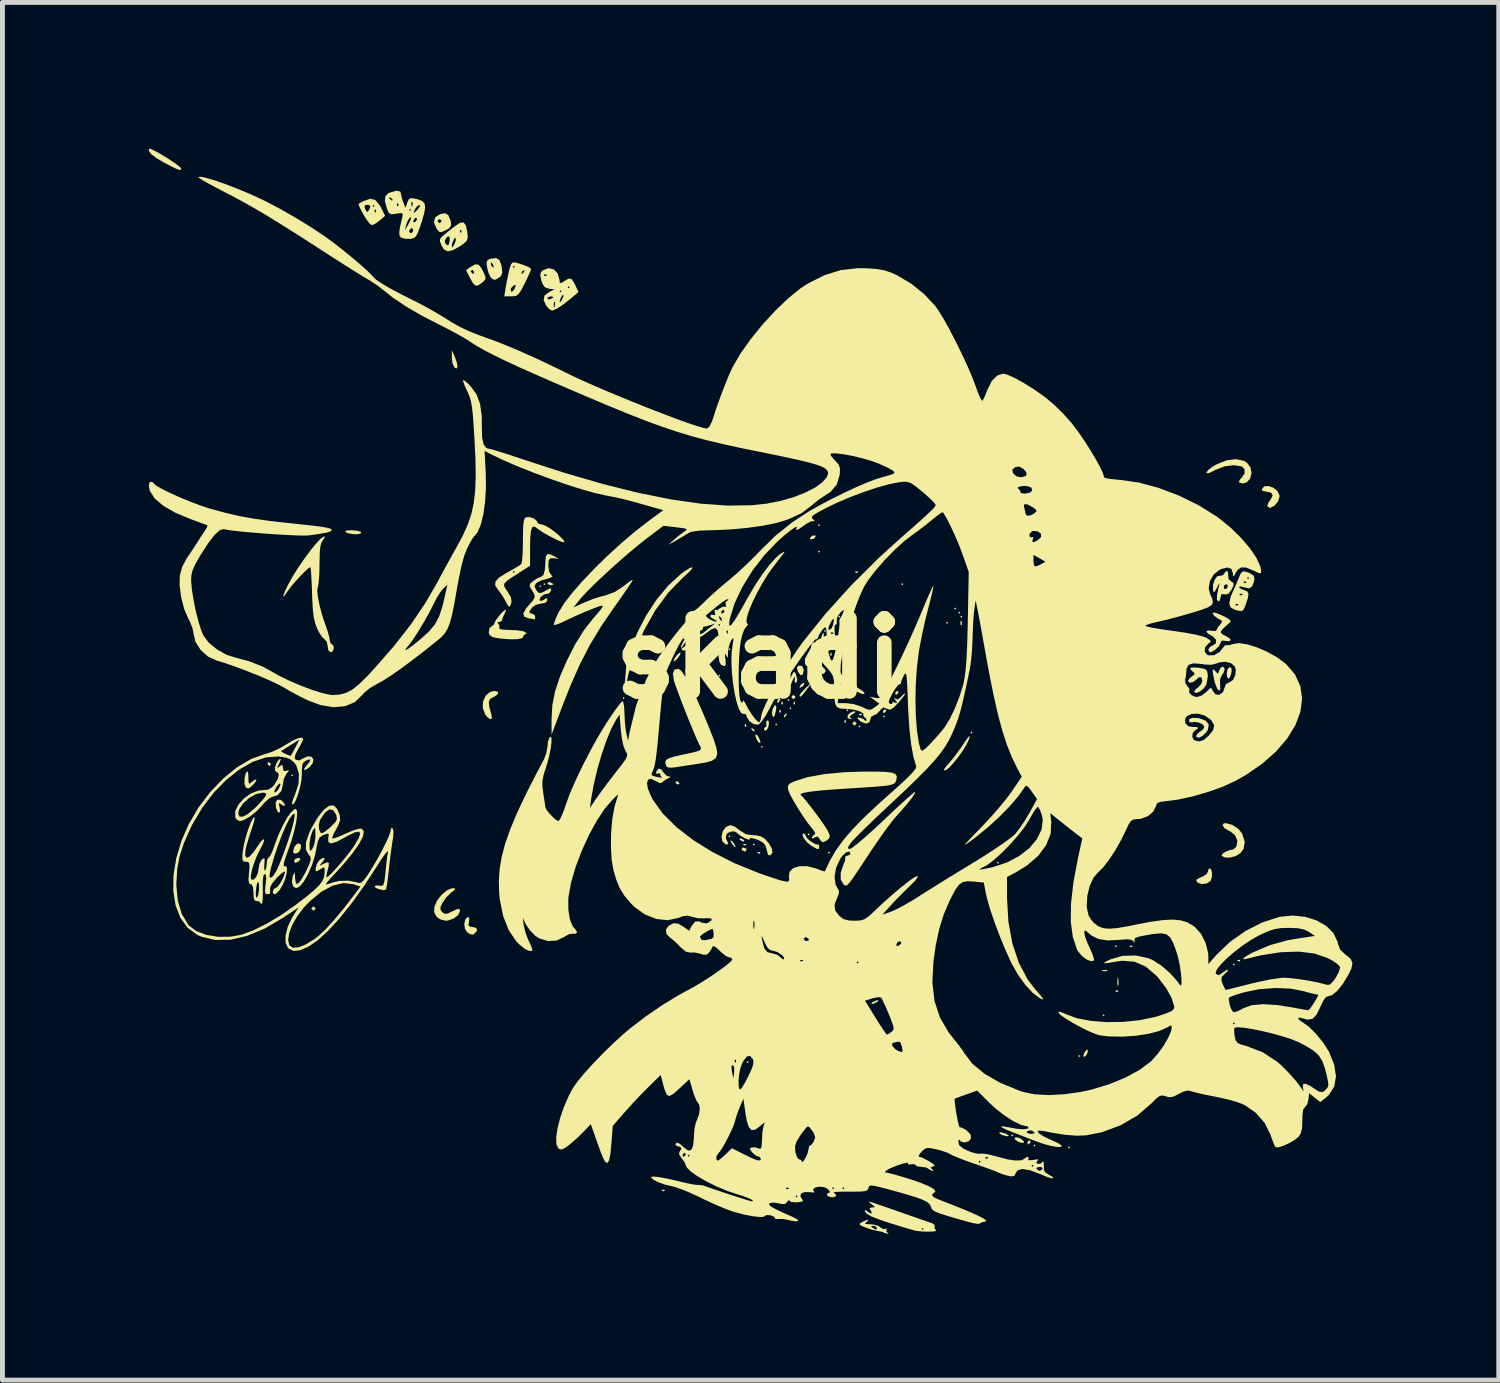
<source format=kicad_pcb>
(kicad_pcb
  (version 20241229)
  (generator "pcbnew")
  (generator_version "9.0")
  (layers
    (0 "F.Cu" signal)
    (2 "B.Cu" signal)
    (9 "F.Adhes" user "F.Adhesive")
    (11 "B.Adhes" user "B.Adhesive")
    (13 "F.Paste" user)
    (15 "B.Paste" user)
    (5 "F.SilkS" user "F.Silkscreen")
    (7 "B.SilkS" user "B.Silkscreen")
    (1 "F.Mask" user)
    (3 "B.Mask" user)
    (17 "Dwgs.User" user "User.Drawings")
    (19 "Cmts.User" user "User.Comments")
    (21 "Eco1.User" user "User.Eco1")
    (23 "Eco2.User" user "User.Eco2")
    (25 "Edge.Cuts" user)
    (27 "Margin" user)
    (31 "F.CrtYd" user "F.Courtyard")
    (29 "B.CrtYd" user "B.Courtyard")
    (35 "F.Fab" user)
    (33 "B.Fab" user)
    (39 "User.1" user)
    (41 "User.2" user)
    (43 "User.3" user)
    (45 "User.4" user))
  (footprint "skadi"
    (layer "F.Cu")
    (at 12.512 10.451)
    (property "Reference" "skadi" (at 0 0 0) (layer "F.SilkS") (effects (font (size 1.5 1.5) (thickness 0.3))))
    (attr board_only exclude_from_pos_files exclude_from_bom)
    (fp_poly (pts (xy -9.551 2.398) (xy -9.572 2.419) (xy -9.593 2.398) (xy -9.572 2.377)) (stroke (width 0) (type solid)) (fill yes) (layer "F.SilkS"))
    (fp_poly (pts (xy -4.463 -1.481) (xy -4.484 -1.46) (xy -4.504 -1.481) (xy -4.484 -1.501)) (stroke (width 0) (type solid)) (fill yes) (layer "F.SilkS"))
    (fp_poly (pts (xy -4.379 -1.522) (xy -4.4 -1.501) (xy -4.421 -1.522) (xy -4.4 -1.543)) (stroke (width 0) (type solid)) (fill yes) (layer "F.SilkS"))
    (fp_poly (pts (xy -2.753 0.813) (xy -2.774 0.834) (xy -2.794 0.813) (xy -2.774 0.792)) (stroke (width 0) (type solid)) (fill yes) (layer "F.SilkS"))
    (fp_poly (pts (xy -0.792 0.355) (xy -0.813 0.375) (xy -0.834 0.355) (xy -0.813 0.334)) (stroke (width 0) (type solid)) (fill yes) (layer "F.SilkS"))
    (fp_poly (pts (xy -0.584 -0.188) (xy -0.605 -0.167) (xy -0.626 -0.188) (xy -0.605 -0.209)) (stroke (width 0) (type solid)) (fill yes) (layer "F.SilkS"))
    (fp_poly (pts (xy -0.584 3.649) (xy -0.605 3.67) (xy -0.626 3.649) (xy -0.605 3.629)) (stroke (width 0) (type solid)) (fill yes) (layer "F.SilkS"))
    (fp_poly (pts (xy -0.209 8.279) (xy -0.229 8.3) (xy -0.25 8.279) (xy -0.229 8.258)) (stroke (width 0) (type solid)) (fill yes) (layer "F.SilkS"))
    (fp_poly (pts (xy -0.083 3.816) (xy -0.104 3.837) (xy -0.125 3.816) (xy -0.104 3.795)) (stroke (width 0) (type solid)) (fill yes) (layer "F.SilkS"))
    (fp_poly (pts (xy 0.083 1.814) (xy 0.063 1.835) (xy 0.042 1.814) (xy 0.063 1.793)) (stroke (width 0) (type solid)) (fill yes) (layer "F.SilkS"))
    (fp_poly (pts (xy 0.375 1.356) (xy 0.355 1.376) (xy 0.334 1.356) (xy 0.355 1.335)) (stroke (width 0) (type solid)) (fill yes) (layer "F.SilkS"))
    (fp_poly (pts (xy 0.626 0.855) (xy 0.605 0.876) (xy 0.584 0.855) (xy 0.605 0.834)) (stroke (width 0) (type solid)) (fill yes) (layer "F.SilkS"))
    (fp_poly (pts (xy 0.667 1.022) (xy 0.646 1.043) (xy 0.626 1.022) (xy 0.646 1.001)) (stroke (width 0) (type solid)) (fill yes) (layer "F.SilkS"))
    (fp_poly (pts (xy 1.043 3.608) (xy 1.022 3.629) (xy 1.001 3.608) (xy 1.022 3.587)) (stroke (width 0) (type solid)) (fill yes) (layer "F.SilkS"))
    (fp_poly (pts (xy 1.21 0.313) (xy 1.189 0.334) (xy 1.168 0.313) (xy 1.189 0.292)) (stroke (width 0) (type solid)) (fill yes) (layer "F.SilkS"))
    (fp_poly (pts (xy 1.21 0.396) (xy 1.189 0.417) (xy 1.168 0.396) (xy 1.189 0.375)) (stroke (width 0) (type solid)) (fill yes) (layer "F.SilkS"))
    (fp_poly (pts (xy 1.251 -2.732) (xy 1.23 -2.711) (xy 1.21 -2.732) (xy 1.23 -2.753)) (stroke (width 0) (type solid)) (fill yes) (layer "F.SilkS"))
    (fp_poly (pts (xy 1.251 -2.19) (xy 1.23 -2.169) (xy 1.21 -2.19) (xy 1.23 -2.211)) (stroke (width 0) (type solid)) (fill yes) (layer "F.SilkS"))
    (fp_poly (pts (xy 1.376 -0.563) (xy 1.356 -0.542) (xy 1.335 -0.563) (xy 1.356 -0.584)) (stroke (width 0) (type solid)) (fill yes) (layer "F.SilkS"))
    (fp_poly (pts (xy 1.46 3.983) (xy 1.439 4.004) (xy 1.418 3.983) (xy 1.439 3.962)) (stroke (width 0) (type solid)) (fill yes) (layer "F.SilkS"))
    (fp_poly (pts (xy 1.668 -0.855) (xy 1.647 -0.834) (xy 1.627 -0.855) (xy 1.647 -0.876)) (stroke (width 0) (type solid)) (fill yes) (layer "F.SilkS"))
    (fp_poly (pts (xy 1.835 1.064) (xy 1.814 1.084) (xy 1.793 1.064) (xy 1.814 1.043)) (stroke (width 0) (type solid)) (fill yes) (layer "F.SilkS"))
    (fp_poly (pts (xy 2.085 1.397) (xy 2.065 1.418) (xy 2.044 1.397) (xy 2.065 1.376)) (stroke (width 0) (type solid)) (fill yes) (layer "F.SilkS"))
    (fp_poly (pts (xy 2.586 1.189) (xy 2.565 1.21) (xy 2.544 1.189) (xy 2.565 1.168)) (stroke (width 0) (type solid)) (fill yes) (layer "F.SilkS"))
    (fp_poly (pts (xy 2.961 -1.522) (xy 2.94 -1.501) (xy 2.92 -1.522) (xy 2.94 -1.543)) (stroke (width 0) (type solid)) (fill yes) (layer "F.SilkS"))
    (fp_poly (pts (xy 3.879 -0.73) (xy 3.858 -0.709) (xy 3.837 -0.73) (xy 3.858 -0.751)) (stroke (width 0) (type solid)) (fill yes) (layer "F.SilkS"))
    (fp_poly (pts (xy 4.046 -1.022) (xy 4.025 -1.001) (xy 4.004 -1.022) (xy 4.025 -1.043)) (stroke (width 0) (type solid)) (fill yes) (layer "F.SilkS"))
    (fp_poly (pts (xy 4.129 -0.938) (xy 4.108 -0.918) (xy 4.087 -0.938) (xy 4.108 -0.959)) (stroke (width 0) (type solid)) (fill yes) (layer "F.SilkS"))
    (fp_poly (pts (xy 4.171 -0.855) (xy 4.15 -0.834) (xy 4.129 -0.855) (xy 4.15 -0.876)) (stroke (width 0) (type solid)) (fill yes) (layer "F.SilkS"))
    (fp_poly (pts (xy 4.379 1.522) (xy 4.358 1.543) (xy 4.338 1.522) (xy 4.358 1.501)) (stroke (width 0) (type solid)) (fill yes) (layer "F.SilkS"))
    (fp_poly (pts (xy 4.922 4.192) (xy 4.901 4.212) (xy 4.88 4.192) (xy 4.901 4.171)) (stroke (width 0) (type solid)) (fill yes) (layer "F.SilkS"))
    (fp_poly (pts (xy 5.213 9.78) (xy 5.193 9.801) (xy 5.172 9.78) (xy 5.193 9.76)) (stroke (width 0) (type solid)) (fill yes) (layer "F.SilkS"))
    (fp_poly (pts (xy 5.672 9.989) (xy 5.651 10.01) (xy 5.631 9.989) (xy 5.651 9.968)) (stroke (width 0) (type solid)) (fill yes) (layer "F.SilkS"))
    (fp_poly (pts (xy 6.381 10.031) (xy 6.36 10.052) (xy 6.34 10.031) (xy 6.36 10.01)) (stroke (width 0) (type solid)) (fill yes) (layer "F.SilkS"))
    (fp_poly (pts (xy 6.59 8.154) (xy 6.569 8.175) (xy 6.548 8.154) (xy 6.569 8.133)) (stroke (width 0) (type solid)) (fill yes) (layer "F.SilkS"))
    (fp_poly (pts (xy 7.09 7.32) (xy 7.069 7.341) (xy 7.049 7.32) (xy 7.069 7.299)) (stroke (width 0) (type solid)) (fill yes) (layer "F.SilkS"))
    (fp_poly (pts (xy 7.341 5.902) (xy 7.32 5.922) (xy 7.299 5.902) (xy 7.32 5.881)) (stroke (width 0) (type solid)) (fill yes) (layer "F.SilkS"))
    (fp_poly (pts (xy 9.76 6.277) (xy 9.739 6.298) (xy 9.718 6.277) (xy 9.739 6.256)) (stroke (width 0) (type solid)) (fill yes) (layer "F.SilkS"))
    (fp_poly (pts (xy -1.932 10.9) (xy -1.938 10.924) (xy -1.96 10.927) (xy -1.995 10.912) (xy -1.988 10.9) (xy -1.939 10.895)) (stroke (width 0) (type solid)) (fill yes) (layer "F.SilkS"))
    (fp_poly (pts (xy -0.264 1.349) (xy -0.259 1.398) (xy -0.264 1.404) (xy -0.289 1.398) (xy -0.292 1.376) (xy -0.277 1.342)) (stroke (width 0) (type solid)) (fill yes) (layer "F.SilkS"))
    (fp_poly (pts (xy -0.264 3.809) (xy -0.27 3.834) (xy -0.292 3.837) (xy -0.326 3.822) (xy -0.32 3.809) (xy -0.27 3.804)) (stroke (width 0) (type solid)) (fill yes) (layer "F.SilkS"))
    (fp_poly (pts (xy 0.028 3.976) (xy 0.022 4.001) (xy 0 4.004) (xy -0.034 3.989) (xy -0.028 3.976) (xy 0.022 3.971)) (stroke (width 0) (type solid)) (fill yes) (layer "F.SilkS"))
    (fp_poly (pts (xy 0.445 1.057) (xy 0.45 1.106) (xy 0.445 1.112) (xy 0.42 1.106) (xy 0.417 1.084) (xy 0.432 1.05)) (stroke (width 0) (type solid)) (fill yes) (layer "F.SilkS"))
    (fp_poly (pts (xy 0.487 0.89) (xy 0.492 0.939) (xy 0.487 0.945) (xy 0.462 0.94) (xy 0.459 0.918) (xy 0.474 0.883)) (stroke (width 0) (type solid)) (fill yes) (layer "F.SilkS"))
    (fp_poly (pts (xy 0.737 0.89) (xy 0.742 0.939) (xy 0.737 0.945) (xy 0.712 0.94) (xy 0.709 0.918) (xy 0.724 0.883)) (stroke (width 0) (type solid)) (fill yes) (layer "F.SilkS"))
    (fp_poly (pts (xy 1.488 -0.111) (xy 1.493 -0.062) (xy 1.488 -0.056) (xy 1.463 -0.061) (xy 1.46 -0.083) (xy 1.475 -0.118)) (stroke (width 0) (type solid)) (fill yes) (layer "F.SilkS"))
    (fp_poly (pts (xy 1.53 -0.258) (xy 1.535 -0.193) (xy 1.527 -0.178) (xy 1.508 -0.191) (xy 1.505 -0.233) (xy 1.515 -0.277)) (stroke (width 0) (type solid)) (fill yes) (layer "F.SilkS"))
    (fp_poly (pts (xy 1.78 1.265) (xy 1.785 1.315) (xy 1.78 1.321) (xy 1.755 1.315) (xy 1.752 1.293) (xy 1.767 1.259)) (stroke (width 0) (type solid)) (fill yes) (layer "F.SilkS"))
    (fp_poly (pts (xy 2.03 -1.78) (xy 2.024 -1.755) (xy 2.002 -1.752) (xy 1.968 -1.767) (xy 1.974 -1.78) (xy 2.024 -1.785)) (stroke (width 0) (type solid)) (fill yes) (layer "F.SilkS"))
    (fp_poly (pts (xy 2.113 1.14) (xy 2.107 1.165) (xy 2.085 1.168) (xy 2.051 1.153) (xy 2.058 1.14) (xy 2.107 1.135)) (stroke (width 0) (type solid)) (fill yes) (layer "F.SilkS"))
    (fp_poly (pts (xy 4.158 -0.759) (xy 4.163 -0.693) (xy 4.154 -0.679) (xy 4.135 -0.691) (xy 4.132 -0.733) (xy 4.143 -0.778)) (stroke (width 0) (type solid)) (fill yes) (layer "F.SilkS"))
    (fp_poly (pts (xy 7.142 6.395) (xy 7.148 6.411) (xy 7.09 6.416) (xy 7.031 6.41) (xy 7.038 6.395) (xy 7.124 6.39)) (stroke (width 0) (type solid)) (fill yes) (layer "F.SilkS"))
    (fp_poly (pts (xy 7.368 6.812) (xy 7.363 6.837) (xy 7.341 6.84) (xy 7.306 6.825) (xy 7.313 6.812) (xy 7.362 6.807)) (stroke (width 0) (type solid)) (fill yes) (layer "F.SilkS"))
    (fp_poly (pts (xy 7.66 5.895) (xy 7.655 5.919) (xy 7.633 5.922) (xy 7.598 5.907) (xy 7.605 5.895) (xy 7.654 5.89)) (stroke (width 0) (type solid)) (fill yes) (layer "F.SilkS"))
    (fp_poly (pts (xy 9.871 6.187) (xy 9.865 6.211) (xy 9.843 6.214) (xy 9.809 6.199) (xy 9.815 6.187) (xy 9.865 6.182)) (stroke (width 0) (type solid)) (fill yes) (layer "F.SilkS"))
    (fp_poly (pts (xy -9.404 4.124) (xy -9.442 4.167) (xy -9.505 4.193) (xy -9.529 4.173) (xy -9.521 4.123) (xy -9.489 4.103) (xy -9.416 4.091)) (stroke (width 0) (type solid)) (fill yes) (layer "F.SilkS"))
    (fp_poly (pts (xy -0.545 3.75) (xy -0.509 3.797) (xy -0.474 3.866) (xy -0.49 3.87) (xy -0.543 3.815) (xy -0.579 3.756) (xy -0.578 3.734)) (stroke (width 0) (type solid)) (fill yes) (layer "F.SilkS"))
    (fp_poly (pts (xy -0.357 3.696) (xy -0.298 3.73) (xy -0.308 3.751) (xy -0.331 3.754) (xy -0.388 3.723) (xy -0.396 3.712) (xy -0.389 3.689)) (stroke (width 0) (type solid)) (fill yes) (layer "F.SilkS"))
    (fp_poly (pts (xy -0.132 1.435) (xy -0.087 1.477) (xy -0.096 1.501) (xy -0.102 1.501) (xy -0.137 1.472) (xy -0.15 1.453) (xy -0.155 1.425)) (stroke (width 0) (type solid)) (fill yes) (layer "F.SilkS"))
    (fp_poly (pts (xy 0.44 0.82) (xy 0.433 0.853) (xy 0.399 0.912) (xy 0.378 0.902) (xy 0.375 0.878) (xy 0.406 0.822) (xy 0.417 0.814)) (stroke (width 0) (type solid)) (fill yes) (layer "F.SilkS"))
    (fp_poly (pts (xy 0.937 0.507) (xy 0.923 0.542) (xy 0.893 0.575) (xy 0.845 0.602) (xy 0.834 0.588) (xy 0.859 0.538) (xy 0.909 0.504)) (stroke (width 0) (type solid)) (fill yes) (layer "F.SilkS"))
    (fp_poly (pts (xy -10.012 2.157) (xy -10.01 2.169) (xy -10.024 2.209) (xy -10.028 2.211) (xy -10.064 2.181) (xy -10.072 2.169) (xy -10.069 2.13) (xy -10.054 2.127)) (stroke (width 0) (type solid)) (fill yes) (layer "F.SilkS"))
    (fp_poly (pts (xy -9.093 5.12) (xy -9.092 5.13) (xy -9.124 5.171) (xy -9.134 5.172) (xy -9.174 5.14) (xy -9.176 5.13) (xy -9.144 5.09) (xy -9.134 5.088)) (stroke (width 0) (type solid)) (fill yes) (layer "F.SilkS"))
    (fp_poly (pts (xy -4.275 -1.558) (xy -4.22 -1.529) (xy -4.212 -1.518) (xy -4.247 -1.503) (xy -4.275 -1.501) (xy -4.331 -1.523) (xy -4.338 -1.542) (xy -4.307 -1.565)) (stroke (width 0) (type solid)) (fill yes) (layer "F.SilkS"))
    (fp_poly (pts (xy -1.668 2.523) (xy -1.629 2.561) (xy -1.627 2.567) (xy -1.659 2.585) (xy -1.668 2.586) (xy -1.708 2.554) (xy -1.71 2.542) (xy -1.684 2.517)) (stroke (width 0) (type solid)) (fill yes) (layer "F.SilkS"))
    (fp_poly (pts (xy -1.335 -0.563) (xy -1.295 -0.526) (xy -1.293 -0.519) (xy -1.325 -0.501) (xy -1.335 -0.5) (xy -1.375 -0.533) (xy -1.376 -0.545) (xy -1.351 -0.57)) (stroke (width 0) (type solid)) (fill yes) (layer "F.SilkS"))
    (fp_poly (pts (xy -0.258 3.901) (xy -0.25 3.921) (xy -0.28 3.961) (xy -0.289 3.962) (xy -0.346 3.932) (xy -0.355 3.921) (xy -0.345 3.885) (xy -0.315 3.879)) (stroke (width 0) (type solid)) (fill yes) (layer "F.SilkS"))
    (fp_poly (pts (xy -0.037 1.572) (xy 0 1.627) (xy 0.03 1.703) (xy 0.028 1.738) (xy -0.005 1.723) (xy -0.042 1.668) (xy -0.071 1.592) (xy -0.069 1.557)) (stroke (width 0) (type solid)) (fill yes) (layer "F.SilkS"))
    (fp_poly (pts (xy 0.571 1.153) (xy 0.563 1.168) (xy 0.524 1.208) (xy 0.516 1.21) (xy 0.514 1.183) (xy 0.521 1.168) (xy 0.561 1.128) (xy 0.568 1.126)) (stroke (width 0) (type solid)) (fill yes) (layer "F.SilkS"))
    (fp_poly (pts (xy 0.75 0.782) (xy 0.751 0.792) (xy 0.719 0.833) (xy 0.709 0.834) (xy 0.669 0.802) (xy 0.667 0.792) (xy 0.699 0.752) (xy 0.709 0.751)) (stroke (width 0) (type solid)) (fill yes) (layer "F.SilkS"))
    (fp_poly (pts (xy 1.168 -2.506) (xy 1.135 -2.461) (xy 1.105 -2.446) (xy 1.051 -2.443) (xy 1.043 -2.458) (xy 1.076 -2.502) (xy 1.105 -2.518) (xy 1.159 -2.521)) (stroke (width 0) (type solid)) (fill yes) (layer "F.SilkS"))
    (fp_poly (pts (xy 2.001 1.325) (xy 2.002 1.335) (xy 1.97 1.375) (xy 1.96 1.376) (xy 1.92 1.345) (xy 1.919 1.335) (xy 1.95 1.294) (xy 1.96 1.293)) (stroke (width 0) (type solid)) (fill yes) (layer "F.SilkS"))
    (fp_poly (pts (xy 2.447 7.025) (xy 2.419 7.049) (xy 2.343 7.084) (xy 2.315 7.089) (xy 2.307 7.072) (xy 2.336 7.049) (xy 2.412 7.013) (xy 2.44 7.008)) (stroke (width 0) (type solid)) (fill yes) (layer "F.SilkS"))
    (fp_poly (pts (xy 2.613 1.068) (xy 2.607 1.084) (xy 2.569 1.124) (xy 2.563 1.126) (xy 2.545 1.094) (xy 2.544 1.084) (xy 2.576 1.044) (xy 2.588 1.043)) (stroke (width 0) (type solid)) (fill yes) (layer "F.SilkS"))
    (fp_poly (pts (xy 2.863 0.693) (xy 2.857 0.709) (xy 2.82 0.749) (xy 2.813 0.751) (xy 2.795 0.718) (xy 2.794 0.709) (xy 2.826 0.669) (xy 2.839 0.667)) (stroke (width 0) (type solid)) (fill yes) (layer "F.SilkS"))
    (fp_poly (pts (xy 5.316 9.825) (xy 5.383 9.857) (xy 5.438 9.911) (xy 5.426 9.938) (xy 5.36 9.928) (xy 5.304 9.904) (xy 5.243 9.857) (xy 5.251 9.824)) (stroke (width 0) (type solid)) (fill yes) (layer "F.SilkS"))
    (fp_poly (pts (xy 5.574 9.91) (xy 5.568 9.926) (xy 5.531 9.966) (xy 5.524 9.968) (xy 5.506 9.936) (xy 5.505 9.926) (xy 5.537 9.886) (xy 5.55 9.885)) (stroke (width 0) (type solid)) (fill yes) (layer "F.SilkS"))
    (fp_poly (pts (xy 6.744 8.071) (xy 6.714 8.138) (xy 6.67 8.174) (xy 6.667 8.175) (xy 6.654 8.144) (xy 6.675 8.088) (xy 6.717 8.028) (xy 6.74 8.019)) (stroke (width 0) (type solid)) (fill yes) (layer "F.SilkS"))
    (fp_poly (pts (xy 7.369 6.559) (xy 7.376 6.664) (xy 7.369 6.705) (xy 7.357 6.717) (xy 7.351 6.66) (xy 7.35 6.632) (xy 7.355 6.556) (xy 7.365 6.547)) (stroke (width 0) (type solid)) (fill yes) (layer "F.SilkS"))
    (fp_poly (pts (xy -6.232 -6.175) (xy -6.191 -6.056) (xy -6.181 -5.974) (xy -6.202 -5.943) (xy -6.246 -5.97) (xy -6.281 -6.045) (xy -6.296 -6.158) (xy -6.296 -6.171) (xy -6.295 -6.319)) (stroke (width 0) (type solid)) (fill yes) (layer "F.SilkS"))
    (fp_poly (pts (xy 0.982 0.636) (xy 0.899 0.743) (xy 0.853 0.787) (xy 0.835 0.776) (xy 0.834 0.759) (xy 0.862 0.712) (xy 0.933 0.634) (xy 0.966 0.602) (xy 1.098 0.48)) (stroke (width 0) (type solid)) (fill yes) (layer "F.SilkS"))
    (fp_poly (pts (xy 9.685 0.19) (xy 9.696 0.244) (xy 9.682 0.327) (xy 9.654 0.397) (xy 9.63 0.417) (xy 9.602 0.381) (xy 9.593 0.315) (xy 9.609 0.225) (xy 9.648 0.179)) (stroke (width 0) (type solid)) (fill yes) (layer "F.SilkS"))
    (fp_poly (pts (xy -9.391 3.818) (xy -9.394 3.892) (xy -9.41 3.938) (xy -9.454 3.988) (xy -9.513 4.004) (xy -9.55 3.978) (xy -9.551 3.966) (xy -9.528 3.868) (xy -9.473 3.804) (xy -9.442 3.795)) (stroke (width 0) (type solid)) (fill yes) (layer "F.SilkS"))
    (fp_poly (pts (xy -1.615 -0.076) (xy -1.666 -0.003) (xy -1.668 -0.000305) (xy -1.725 0.055) (xy -1.75 0.061) (xy -1.75 0.059) (xy -1.728 -0.001) (xy -1.679 -0.069) (xy -1.629 -0.115) (xy -1.606 -0.118)) (stroke (width 0) (type solid)) (fill yes) (layer "F.SilkS"))
    (fp_poly (pts (xy 0.358 0.994) (xy 0.349 1.074) (xy 0.323 1.173) (xy 0.302 1.203) (xy 0.278 1.179) (xy 0.277 1.178) (xy 0.268 1.111) (xy 0.286 1.028) (xy 0.321 0.968) (xy 0.339 0.959)) (stroke (width 0) (type solid)) (fill yes) (layer "F.SilkS"))
    (fp_poly (pts (xy 0.885 0.153) (xy 0.916 0.225) (xy 0.918 0.255) (xy 0.898 0.336) (xy 0.854 0.343) (xy 0.801 0.274) (xy 0.801 0.273) (xy 0.777 0.193) (xy 0.805 0.155) (xy 0.812 0.152)) (stroke (width 0) (type solid)) (fill yes) (layer "F.SilkS"))
    (fp_poly (pts (xy 5.052 9.741) (xy 5.088 9.76) (xy 5.13 9.792) (xy 5.099 9.8) (xy 5.088 9.8) (xy 4.999 9.778) (xy 4.963 9.76) (xy 4.922 9.727) (xy 4.953 9.719) (xy 4.963 9.719)) (stroke (width 0) (type solid)) (fill yes) (layer "F.SilkS"))
    (fp_poly (pts (xy -8.24 -2.618) (xy -8.165 -2.596) (xy -8.154 -2.586) (xy -8.169 -2.559) (xy -8.237 -2.546) (xy -8.331 -2.549) (xy -8.422 -2.566) (xy -8.467 -2.586) (xy -8.485 -2.612) (xy -8.433 -2.625) (xy -8.354 -2.627)) (stroke (width 0) (type solid)) (fill yes) (layer "F.SilkS"))
    (fp_poly (pts (xy 0.199 1.28) (xy 0.206 1.338) (xy 0.19 1.416) (xy 0.171 1.454) (xy 0.13 1.486) (xy 0.107 1.464) (xy 0.109 1.423) (xy 0.127 1.418) (xy 0.157 1.388) (xy 0.152 1.357) (xy 0.153 1.29) (xy 0.169 1.271)) (stroke (width 0) (type solid)) (fill yes) (layer "F.SilkS"))
    (fp_poly (pts (xy 1.984 1.098) (xy 1.936 1.135) (xy 1.923 1.143) (xy 1.86 1.188) (xy 1.872 1.218) (xy 1.881 1.222) (xy 1.909 1.243) (xy 1.894 1.248) (xy 1.828 1.229) (xy 1.822 1.224) (xy 1.818 1.175) (xy 1.865 1.12) (xy 1.936 1.087) (xy 1.955 1.086)) (stroke (width 0) (type solid)) (fill yes) (layer "F.SilkS"))
    (fp_poly (pts (xy -9.808 2.901) (xy -9.782 2.918) (xy -9.729 2.981) (xy -9.718 3.013) (xy -9.744 3.024) (xy -9.787 2.998) (xy -9.834 2.966) (xy -9.842 2.993) (xy -9.828 3.055) (xy -9.819 3.137) (xy -9.838 3.17) (xy -9.874 3.134) (xy -9.903 3.059) (xy -9.909 2.954) (xy -9.873 2.896)) (stroke (width 0) (type solid)) (fill yes) (layer "F.SilkS"))
    (fp_poly (pts (xy -5.938 5.316) (xy -5.944 5.388) (xy -5.946 5.397) (xy -5.955 5.477) (xy -5.918 5.504) (xy -5.892 5.505) (xy -5.799 5.524) (xy -5.778 5.574) (xy -5.803 5.616) (xy -5.861 5.666) (xy -5.924 5.655) (xy -5.981 5.618) (xy -6.028 5.544) (xy -6.041 5.443) (xy -6.019 5.351) (xy -5.973 5.306)) (stroke (width 0) (type solid)) (fill yes) (layer "F.SilkS"))
    (fp_poly (pts (xy -5.351 0.685) (xy -5.348 0.728) (xy -5.411 0.778) (xy -5.447 0.794) (xy -5.512 0.833) (xy -5.539 0.895) (xy -5.528 0.999) (xy -5.484 1.157) (xy -5.476 1.233) (xy -5.511 1.248) (xy -5.573 1.202) (xy -5.607 1.159) (xy -5.661 1.026) (xy -5.658 0.889) (xy -5.605 0.768) (xy -5.512 0.688) (xy -5.422 0.667)) (stroke (width 0) (type solid)) (fill yes) (layer "F.SilkS"))
    (fp_poly (pts (xy 0.956 3.62) (xy 0.959 3.64) (xy 0.99 3.691) (xy 1.06 3.751) (xy 1.142 3.801) (xy 1.205 3.82) (xy 1.218 3.815) (xy 1.235 3.83) (xy 1.237 3.858) (xy 1.23 3.905) (xy 1.196 3.91) (xy 1.119 3.869) (xy 1.065 3.835) (xy 0.983 3.767) (xy 0.921 3.689) (xy 0.893 3.622) (xy 0.909 3.588) (xy 0.919 3.587)) (stroke (width 0) (type solid)) (fill yes) (layer "F.SilkS"))
    (fp_poly (pts (xy 4.324 1.605) (xy 4.308 1.658) (xy 4.256 1.769) (xy 4.178 1.896) (xy 4.087 2.025) (xy 3.992 2.142) (xy 3.906 2.236) (xy 3.838 2.292) (xy 3.8 2.297) (xy 3.795 2.279) (xy 3.821 2.241) (xy 3.884 2.165) (xy 3.921 2.122) (xy 4.02 2.001) (xy 4.128 1.854) (xy 4.176 1.783) (xy 4.265 1.652) (xy 4.314 1.593)) (stroke (width 0) (type solid)) (fill yes) (layer "F.SilkS"))
    (fp_poly (pts (xy 9.275 4.328) (xy 9.292 4.4) (xy 9.288 4.49) (xy 9.261 4.564) (xy 9.257 4.57) (xy 9.18 4.616) (xy 9.081 4.628) (xy 9.001 4.601) (xy 8.986 4.585) (xy 8.969 4.552) (xy 8.983 4.528) (xy 9.047 4.496) (xy 9.105 4.471) (xy 9.183 4.421) (xy 9.209 4.37) (xy 9.209 4.369) (xy 9.224 4.313) (xy 9.239 4.305)) (stroke (width 0) (type solid)) (fill yes) (layer "F.SilkS"))
    (fp_poly (pts (xy -12.407 -10.417) (xy -12.38 -10.403) (xy -12.245 -10.328) (xy -12.105 -10.242) (xy -11.979 -10.158) (xy -11.886 -10.088) (xy -11.846 -10.045) (xy -11.845 -10.042) (xy -11.854 -10.018) (xy -11.891 -10.019) (xy -11.968 -10.049) (xy -12.097 -10.114) (xy -12.199 -10.168) (xy -12.351 -10.257) (xy -12.458 -10.337) (xy -12.505 -10.397) (xy -12.505 -10.399) (xy -12.509 -10.445) (xy -12.483 -10.451)) (stroke (width 0) (type solid)) (fill yes) (layer "F.SilkS"))
    (fp_poly (pts (xy -10.471 2.366) (xy -10.469 2.436) (xy -10.466 2.539) (xy -10.451 2.571) (xy -10.41 2.545) (xy -10.385 2.523) (xy -10.325 2.482) (xy -10.302 2.49) (xy -10.33 2.544) (xy -10.392 2.613) (xy -10.455 2.662) (xy -10.475 2.669) (xy -10.521 2.645) (xy -10.524 2.641) (xy -10.548 2.572) (xy -10.548 2.466) (xy -10.525 2.365) (xy -10.51 2.336) (xy -10.484 2.316)) (stroke (width 0) (type solid)) (fill yes) (layer "F.SilkS"))
    (fp_poly (pts (xy 1.25 0.085) (xy 1.264 0.11) (xy 1.32 0.188) (xy 1.352 0.217) (xy 1.371 0.262) (xy 1.345 0.299) (xy 1.303 0.326) (xy 1.293 0.284) (xy 1.259 0.212) (xy 1.231 0.194) (xy 1.193 0.146) (xy 1.21 0.146) (xy 1.23 0.167) (xy 1.251 0.146) (xy 1.23 0.125) (xy 1.21 0.146) (xy 1.193 0.146) (xy 1.19 0.142) (xy 1.196 0.101) (xy 1.221 0.057)) (stroke (width 0) (type solid)) (fill yes) (layer "F.SilkS"))
    (fp_poly (pts (xy 9.55 0.212) (xy 9.551 0.226) (xy 9.524 0.305) (xy 9.494 0.343) (xy 9.457 0.431) (xy 9.457 0.533) (xy 9.461 0.634) (xy 9.44 0.665) (xy 9.403 0.63) (xy 9.362 0.534) (xy 9.347 0.482) (xy 9.312 0.321) (xy 9.304 0.237) (xy 9.326 0.225) (xy 9.36 0.262) (xy 9.404 0.311) (xy 9.427 0.289) (xy 9.438 0.251) (xy 9.475 0.184) (xy 9.522 0.169)) (stroke (width 0) (type solid)) (fill yes) (layer "F.SilkS"))
    (fp_poly (pts (xy 10.548 -3.5) (xy 10.631 -3.434) (xy 10.675 -3.347) (xy 10.677 -3.321) (xy 10.647 -3.221) (xy 10.575 -3.132) (xy 10.488 -3.087) (xy 10.476 -3.086) (xy 10.43 -3.119) (xy 10.427 -3.135) (xy 10.453 -3.202) (xy 10.494 -3.258) (xy 10.537 -3.341) (xy 10.504 -3.398) (xy 10.402 -3.42) (xy 10.4 -3.42) (xy 10.323 -3.437) (xy 10.312 -3.472) (xy 10.365 -3.529) (xy 10.452 -3.535)) (stroke (width 0) (type solid)) (fill yes) (layer "F.SilkS"))
    (fp_poly (pts (xy -1.37 -1.842) (xy -1.432 -1.771) (xy -1.551 -1.661) (xy -1.563 -1.651) (xy -1.858 -1.348) (xy -2.127 -0.982) (xy -2.359 -0.568) (xy -2.546 -0.125) (xy -2.678 0.331) (xy -2.711 0.5) (xy -2.743 0.688) (xy -2.748 0.497) (xy -2.722 0.18) (xy -2.635 -0.166) (xy -2.496 -0.523) (xy -2.314 -0.875) (xy -2.098 -1.205) (xy -1.856 -1.496) (xy -1.599 -1.731) (xy -1.533 -1.78) (xy -1.419 -1.852) (xy -1.365 -1.871)) (stroke (width 0) (type solid)) (fill yes) (layer "F.SilkS"))
    (fp_poly (pts (xy 9.006 1.224) (xy 9.032 1.228) (xy 9.166 1.278) (xy 9.225 1.358) (xy 9.208 1.462) (xy 9.172 1.518) (xy 9.094 1.592) (xy 9.021 1.626) (xy 8.974 1.613) (xy 8.967 1.586) (xy 9 1.537) (xy 9.051 1.501) (xy 9.117 1.444) (xy 9.134 1.4) (xy 9.099 1.352) (xy 9.018 1.315) (xy 8.929 1.302) (xy 8.885 1.313) (xy 8.833 1.307) (xy 8.823 1.297) (xy 8.823 1.246) (xy 8.889 1.22)) (stroke (width 0) (type solid)) (fill yes) (layer "F.SilkS"))
    (fp_poly (pts (xy 9.707 3.413) (xy 9.836 3.5) (xy 9.909 3.593) (xy 9.963 3.763) (xy 9.939 3.908) (xy 9.872 3.997) (xy 9.775 4.055) (xy 9.657 4.085) (xy 9.551 4.082) (xy 9.488 4.046) (xy 9.505 4.007) (xy 9.572 3.963) (xy 9.66 3.929) (xy 9.719 3.921) (xy 9.767 3.888) (xy 9.795 3.848) (xy 9.812 3.736) (xy 9.762 3.625) (xy 9.658 3.542) (xy 9.634 3.532) (xy 9.549 3.483) (xy 9.51 3.428) (xy 9.526 3.387) (xy 9.57 3.378)) (stroke (width 0) (type solid)) (fill yes) (layer "F.SilkS"))
    (fp_poly (pts (xy -6.367 -9.087) (xy -6.321 -8.973) (xy -6.318 -8.96) (xy -6.311 -8.877) (xy -6.353 -8.82) (xy -6.418 -8.782) (xy -6.507 -8.742) (xy -6.558 -8.749) (xy -6.607 -8.809) (xy -6.613 -8.819) (xy -6.664 -8.945) (xy -6.658 -8.967) (xy -6.59 -8.967) (xy -6.558 -8.927) (xy -6.548 -8.925) (xy -6.508 -8.957) (xy -6.506 -8.967) (xy -6.538 -9.008) (xy -6.548 -9.009) (xy -6.589 -8.977) (xy -6.59 -8.967) (xy -6.658 -8.967) (xy -6.638 -9.044) (xy -6.537 -9.11) (xy -6.433 -9.128)) (stroke (width 0) (type solid)) (fill yes) (layer "F.SilkS"))
    (fp_poly (pts (xy -5.746 -8.072) (xy -5.684 -7.993) (xy -5.655 -7.936) (xy -5.611 -7.836) (xy -5.606 -7.779) (xy -5.642 -7.733) (xy -5.673 -7.707) (xy -5.758 -7.648) (xy -5.818 -7.647) (xy -5.874 -7.71) (xy -5.921 -7.797) (xy -5.995 -7.941) (xy -5.908 -7.941) (xy -5.902 -7.924) (xy -5.864 -7.885) (xy -5.857 -7.883) (xy -5.84 -7.915) (xy -5.839 -7.924) (xy -5.871 -7.965) (xy -5.883 -7.966) (xy -5.908 -7.941) (xy -5.995 -7.941) (xy -6.005 -7.962) (xy -5.913 -8.027) (xy -5.815 -8.081)) (stroke (width 0) (type solid)) (fill yes) (layer "F.SilkS"))
    (fp_poly (pts (xy -5.319 -8.166) (xy -5.279 -8.056) (xy -5.272 -8.021) (xy -5.262 -7.907) (xy -5.291 -7.838) (xy -5.32 -7.814) (xy -5.404 -7.764) (xy -5.461 -7.775) (xy -5.502 -7.816) (xy -5.542 -7.897) (xy -5.573 -8.012) (xy -5.575 -8.023) (xy -5.579 -8.069) (xy -5.495 -8.069) (xy -5.486 -8.052) (xy -5.447 -8.009) (xy -5.439 -8.04) (xy -5.449 -8.072) (xy -5.48 -8.118) (xy -5.494 -8.117) (xy -5.495 -8.069) (xy -5.579 -8.069) (xy -5.584 -8.124) (xy -5.559 -8.173) (xy -5.492 -8.197) (xy -5.385 -8.209)) (stroke (width 0) (type solid)) (fill yes) (layer "F.SilkS"))
    (fp_poly (pts (xy 9.945 -4.052) (xy 10.01 -4.012) (xy 10.082 -3.913) (xy 10.102 -3.797) (xy 10.074 -3.687) (xy 10.004 -3.61) (xy 9.921 -3.587) (xy 9.856 -3.603) (xy 9.843 -3.623) (xy 9.872 -3.678) (xy 9.906 -3.712) (xy 9.96 -3.794) (xy 9.958 -3.88) (xy 9.902 -3.937) (xy 9.74 -3.962) (xy 9.55 -3.938) (xy 9.366 -3.867) (xy 9.353 -3.86) (xy 9.236 -3.802) (xy 9.181 -3.798) (xy 9.176 -3.812) (xy 9.21 -3.86) (xy 9.297 -3.927) (xy 9.379 -3.976) (xy 9.586 -4.06) (xy 9.781 -4.086)) (stroke (width 0) (type solid)) (fill yes) (layer "F.SilkS"))
    (fp_poly (pts (xy -6.229 4.719) (xy -6.234 4.742) (xy -6.302 4.796) (xy -6.309 4.802) (xy -6.413 4.903) (xy -6.49 5.014) (xy -6.531 5.106) (xy -6.526 5.162) (xy -6.494 5.202) (xy -6.443 5.238) (xy -6.381 5.232) (xy -6.305 5.196) (xy -6.2 5.146) (xy -6.148 5.136) (xy -6.132 5.166) (xy -6.131 5.19) (xy -6.168 5.266) (xy -6.258 5.334) (xy -6.373 5.375) (xy -6.426 5.38) (xy -6.538 5.35) (xy -6.608 5.3) (xy -6.659 5.201) (xy -6.653 5.091) (xy -6.6 4.969) (xy -6.508 4.85) (xy -6.399 4.757) (xy -6.297 4.715) (xy -6.284 4.714)) (stroke (width 0) (type solid)) (fill yes) (layer "F.SilkS"))
    (fp_poly (pts (xy 1.152 -0.31) (xy 1.13 -0.276) (xy 1.108 -0.222) (xy 1.153 -0.191) (xy 1.198 -0.157) (xy 1.175 -0.115) (xy 1.138 -0.041) (xy 1.121 0.06) (xy 1.114 0.133) (xy 1.102 0.123) (xy 1.096 0.104) (xy 1.064 0.016) (xy 1.03 -0.024) (xy 1.008 -0.009) (xy 1.011 0.052) (xy 1.013 0.139) (xy 0.989 0.167) (xy 0.953 0.124) (xy 0.945 0.106) (xy 0.943 0.012) (xy 0.99 -0.077) (xy 1.064 -0.131) (xy 1.105 -0.135) (xy 1.162 -0.13) (xy 1.14 -0.152) (xy 1.117 -0.166) (xy 1.074 -0.226) (xy 1.078 -0.295) (xy 1.125 -0.333) (xy 1.136 -0.334)) (stroke (width 0) (type solid)) (fill yes) (layer "F.SilkS"))
    (fp_poly (pts (xy 8.977 0.188) (xy 9.033 0.195) (xy 9.14 0.215) (xy 9.189 0.252) (xy 9.204 0.331) (xy 9.206 0.369) (xy 9.177 0.535) (xy 9.123 0.615) (xy 9.042 0.681) (xy 8.969 0.71) (xy 8.928 0.692) (xy 8.925 0.677) (xy 8.957 0.633) (xy 9.009 0.594) (xy 9.075 0.52) (xy 9.092 0.458) (xy 9.073 0.387) (xy 9.021 0.388) (xy 8.967 0.438) (xy 8.9 0.488) (xy 8.834 0.498) (xy 8.801 0.464) (xy 8.8 0.459) (xy 8.832 0.407) (xy 8.881 0.368) (xy 8.935 0.325) (xy 8.92 0.289) (xy 8.891 0.266) (xy 8.841 0.214) (xy 8.87 0.188)) (stroke (width 0) (type solid)) (fill yes) (layer "F.SilkS"))
    (fp_poly (pts (xy -5.191 -0.97) (xy -5.221 -0.907) (xy -5.257 -0.825) (xy -5.264 -0.782) (xy -5.29 -0.754) (xy -5.328 -0.747) (xy -5.367 -0.736) (xy -5.351 -0.724) (xy -5.32 -0.675) (xy -5.325 -0.644) (xy -5.321 -0.609) (xy -5.269 -0.591) (xy -5.152 -0.584) (xy -5.103 -0.583) (xy -4.959 -0.576) (xy -4.844 -0.559) (xy -4.796 -0.542) (xy -4.762 -0.508) (xy -4.786 -0.501) (xy -4.827 -0.469) (xy -4.828 -0.448) (xy -4.858 -0.413) (xy -4.955 -0.394) (xy -5.105 -0.391) (xy -5.294 -0.406) (xy -5.339 -0.412) (xy -5.459 -0.436) (xy -5.519 -0.475) (xy -5.54 -0.532) (xy -5.524 -0.62) (xy -5.487 -0.651) (xy -5.43 -0.698) (xy -5.422 -0.724) (xy -5.397 -0.779) (xy -5.337 -0.861) (xy -5.265 -0.942) (xy -5.206 -0.994) (xy -5.189 -1.001)) (stroke (width 0) (type solid)) (fill yes) (layer "F.SilkS"))
    (fp_poly (pts (xy 2.238 11.533) (xy 2.211 11.553) (xy 2.177 11.588) (xy 2.19 11.597) (xy 2.26 11.603) (xy 2.348 11.61) (xy 2.446 11.635) (xy 2.5 11.675) (xy 2.558 11.707) (xy 2.588 11.698) (xy 2.621 11.689) (xy 2.613 11.71) (xy 2.618 11.762) (xy 2.638 11.776) (xy 2.66 11.796) (xy 2.645 11.8) (xy 2.582 11.785) (xy 2.576 11.78) (xy 2.522 11.758) (xy 2.434 11.741) (xy 2.311 11.713) (xy 2.178 11.667) (xy 2.172 11.665) (xy 2.126 11.644) (xy 2.298 11.644) (xy 2.328 11.673) (xy 2.336 11.678) (xy 2.398 11.715) (xy 2.418 11.704) (xy 2.419 11.678) (xy 2.385 11.643) (xy 2.346 11.637) (xy 2.298 11.644) (xy 2.126 11.644) (xy 2.083 11.624) (xy 2.062 11.597) (xy 2.102 11.567) (xy 2.118 11.558) (xy 2.198 11.522) (xy 2.244 11.513)) (stroke (width 0) (type solid)) (fill yes) (layer "F.SilkS"))
    (fp_poly (pts (xy -0.494 3.449) (xy -0.405 3.518) (xy -0.272 3.603) (xy -0.177 3.62) (xy -0.054 3.63) (xy 0.041 3.649) (xy 0.125 3.703) (xy 0.206 3.794) (xy 0.264 3.895) (xy 0.279 3.977) (xy 0.276 3.985) (xy 0.232 4.042) (xy 0.187 4.027) (xy 0.167 3.948) (xy 0.167 3.948) (xy 0.137 3.843) (xy 0.094 3.787) (xy 0.021 3.74) (xy -0.067 3.704) (xy -0.146 3.685) (xy -0.191 3.69) (xy -0.189 3.709) (xy -0.204 3.72) (xy -0.271 3.694) (xy -0.3 3.68) (xy -0.394 3.625) (xy -0.448 3.582) (xy -0.452 3.576) (xy -0.503 3.547) (xy -0.585 3.554) (xy -0.656 3.594) (xy -0.66 3.599) (xy -0.68 3.68) (xy -0.666 3.713) (xy -0.629 3.794) (xy -0.651 3.82) (xy -0.684 3.812) (xy -0.75 3.75) (xy -0.767 3.653) (xy -0.742 3.548) (xy -0.682 3.462) (xy -0.594 3.421) (xy -0.581 3.42)) (stroke (width 0) (type solid)) (fill yes) (layer "F.SilkS"))
    (fp_poly (pts (xy 9.619 -1.779) (xy 9.623 -1.711) (xy 9.622 -1.709) (xy 9.634 -1.621) (xy 9.68 -1.583) (xy 9.731 -1.547) (xy 9.735 -1.5) (xy 9.695 -1.414) (xy 9.635 -1.328) (xy 9.57 -1.309) (xy 9.549 -1.314) (xy 9.485 -1.317) (xy 9.468 -1.254) (xy 9.468 -1.254) (xy 9.449 -1.185) (xy 9.42 -1.168) (xy 9.391 -1.205) (xy 9.396 -1.303) (xy 9.42 -1.426) (xy 9.433 -1.48) (xy 9.536 -1.48) (xy 9.538 -1.427) (xy 9.579 -1.424) (xy 9.612 -1.457) (xy 9.608 -1.511) (xy 9.598 -1.519) (xy 9.553 -1.508) (xy 9.536 -1.48) (xy 9.433 -1.48) (xy 9.444 -1.522) (xy 9.444 -1.543) (xy 9.416 -1.497) (xy 9.398 -1.46) (xy 9.351 -1.373) (xy 9.326 -1.356) (xy 9.312 -1.4) (xy 9.313 -1.51) (xy 9.345 -1.612) (xy 9.396 -1.682) (xy 9.449 -1.694) (xy 9.516 -1.704) (xy 9.536 -1.732) (xy 9.58 -1.789)) (stroke (width 0) (type solid)) (fill yes) (layer "F.SilkS"))
    (fp_poly (pts (xy -1.644 0.215) (xy -1.586 0.262) (xy -1.504 0.382) (xy -1.402 0.568) (xy -1.282 0.815) (xy -1.148 1.115) (xy -1.022 1.418) (xy -0.927 1.66) (xy -0.87 1.837) (xy -0.854 1.961) (xy -0.884 2.045) (xy -0.962 2.099) (xy -1.093 2.136) (xy -1.258 2.163) (xy -1.436 2.19) (xy -1.598 2.215) (xy -1.714 2.233) (xy -1.732 2.236) (xy -1.83 2.242) (xy -1.888 2.227) (xy -1.915 2.163) (xy -1.919 2.123) (xy -1.901 2.081) (xy -1.839 2.045) (xy -1.719 2.009) (xy -1.595 1.981) (xy -1.402 1.94) (xy -1.278 1.91) (xy -1.21 1.885) (xy -1.187 1.856) (xy -1.196 1.817) (xy -1.226 1.76) (xy -1.226 1.759) (xy -1.274 1.657) (xy -1.342 1.497) (xy -1.423 1.3) (xy -1.509 1.085) (xy -1.592 0.872) (xy -1.664 0.681) (xy -1.718 0.53) (xy -1.742 0.454) (xy -1.763 0.312) (xy -1.732 0.231) (xy -1.652 0.214)) (stroke (width 0) (type solid)) (fill yes) (layer "F.SilkS"))
    (fp_poly (pts (xy -7.869 -9.402) (xy -7.782 -9.302) (xy -7.753 -9.251) (xy -7.664 -9.076) (xy -7.776 -8.98) (xy -7.864 -8.915) (xy -7.932 -8.884) (xy -7.937 -8.884) (xy -7.983 -8.917) (xy -8.05 -9.005) (xy -8.106 -9.095) (xy -8.167 -9.21) (xy -8.187 -9.253) (xy -8.085 -9.253) (xy -8.065 -9.196) (xy -8.036 -9.152) (xy -8.01 -9.176) (xy -7.883 -9.176) (xy -7.867 -9.141) (xy -7.855 -9.148) (xy -7.85 -9.197) (xy -7.855 -9.204) (xy -7.88 -9.198) (xy -7.883 -9.176) (xy -8.01 -9.176) (xy -8.003 -9.183) (xy -7.971 -9.25) (xy -7.967 -9.27) (xy -7.979 -9.28) (xy -7.924 -9.28) (xy -7.904 -9.259) (xy -7.883 -9.28) (xy -7.904 -9.301) (xy -7.924 -9.28) (xy -7.979 -9.28) (xy -8 -9.297) (xy -8.029 -9.301) (xy -8.081 -9.293) (xy -8.085 -9.253) (xy -8.187 -9.253) (xy -8.204 -9.292) (xy -8.21 -9.319) (xy -8.166 -9.346) (xy -8.104 -9.379) (xy -7.971 -9.425)) (stroke (width 0) (type solid)) (fill yes) (layer "F.SilkS"))
    (fp_poly (pts (xy 9.355 -0.936) (xy 9.445 -0.904) (xy 9.548 -0.857) (xy 9.635 -0.807) (xy 9.676 -0.769) (xy 9.676 -0.766) (xy 9.647 -0.726) (xy 9.576 -0.663) (xy 9.572 -0.66) (xy 9.499 -0.591) (xy 9.468 -0.539) (xy 9.468 -0.538) (xy 9.502 -0.496) (xy 9.572 -0.459) (xy 9.649 -0.415) (xy 9.676 -0.376) (xy 9.642 -0.351) (xy 9.572 -0.358) (xy 9.492 -0.365) (xy 9.468 -0.324) (xy 9.468 -0.32) (xy 9.436 -0.253) (xy 9.362 -0.18) (xy 9.28 -0.131) (xy 9.25 -0.125) (xy 9.22 -0.159) (xy 9.217 -0.183) (xy 9.252 -0.239) (xy 9.301 -0.262) (xy 9.371 -0.309) (xy 9.375 -0.379) (xy 9.314 -0.448) (xy 9.28 -0.466) (xy 9.203 -0.514) (xy 9.176 -0.553) (xy 9.21 -0.574) (xy 9.28 -0.567) (xy 9.357 -0.56) (xy 9.384 -0.58) (xy 9.411 -0.637) (xy 9.457 -0.692) (xy 9.499 -0.754) (xy 9.484 -0.78) (xy 9.402 -0.822) (xy 9.333 -0.878) (xy 9.303 -0.927) (xy 9.307 -0.938)) (stroke (width 0) (type solid)) (fill yes) (layer "F.SilkS"))
    (fp_poly (pts (xy 2.3 11.149) (xy 2.409 11.185) (xy 2.568 11.24) (xy 2.764 11.308) (xy 2.879 11.349) (xy 3.094 11.424) (xy 3.285 11.491) (xy 3.437 11.543) (xy 3.533 11.576) (xy 3.555 11.583) (xy 3.604 11.619) (xy 3.602 11.646) (xy 3.608 11.7) (xy 3.634 11.724) (xy 3.63 11.742) (xy 3.565 11.753) (xy 3.463 11.756) (xy 3.345 11.752) (xy 3.234 11.74) (xy 3.191 11.731) (xy 3.115 11.71) (xy 3.079 11.699) (xy 3.337 11.699) (xy 3.357 11.72) (xy 3.378 11.699) (xy 3.357 11.678) (xy 3.337 11.699) (xy 3.079 11.699) (xy 2.983 11.671) (xy 2.816 11.62) (xy 2.725 11.593) (xy 2.48 11.512) (xy 2.31 11.445) (xy 2.208 11.386) (xy 2.17 11.335) (xy 2.169 11.326) (xy 2.191 11.315) (xy 2.219 11.336) (xy 2.281 11.38) (xy 2.316 11.379) (xy 2.303 11.336) (xy 2.294 11.324) (xy 2.266 11.274) (xy 2.31 11.26) (xy 2.32 11.26) (xy 2.373 11.255) (xy 2.36 11.23) (xy 2.317 11.197) (xy 2.263 11.151) (xy 2.256 11.136)) (stroke (width 0) (type solid)) (fill yes) (layer "F.SilkS"))
    (fp_poly (pts (xy -4.98 -8.115) (xy -4.84 -8.073) (xy -4.731 -8.029) (xy -4.675 -7.991) (xy -4.671 -7.983) (xy -4.688 -7.934) (xy -4.734 -7.833) (xy -4.797 -7.699) (xy -4.802 -7.69) (xy -4.873 -7.551) (xy -4.927 -7.471) (xy -4.98 -7.434) (xy -5.05 -7.424) (xy -5.077 -7.424) (xy -5.221 -7.424) (xy -5.198 -7.565) (xy -5.088 -7.565) (xy -5.075 -7.512) (xy -5.039 -7.536) (xy -5.005 -7.59) (xy -4.982 -7.649) (xy -5.01 -7.653) (xy -5.025 -7.648) (xy -5.081 -7.596) (xy -5.088 -7.565) (xy -5.198 -7.565) (xy -5.193 -7.601) (xy -5.163 -7.764) (xy -5.137 -7.885) (xy -4.87 -7.885) (xy -4.864 -7.883) (xy -4.826 -7.912) (xy -4.817 -7.924) (xy -4.807 -7.963) (xy -4.812 -7.966) (xy -4.85 -7.937) (xy -4.859 -7.924) (xy -4.87 -7.885) (xy -5.137 -7.885) (xy -5.126 -7.934) (xy -5.121 -7.959) (xy -5.1 -8.029) (xy -5.047 -8.029) (xy -5.026 -8.008) (xy -5.005 -8.029) (xy -5.026 -8.05) (xy -5.047 -8.029) (xy -5.1 -8.029) (xy -5.088 -8.07) (xy -5.053 -8.117) (xy -4.997 -8.119)) (stroke (width 0) (type solid)) (fill yes) (layer "F.SilkS"))
    (fp_poly (pts (xy -6.007 -8.872) (xy -5.977 -8.73) (xy -5.97 -8.628) (xy -5.992 -8.561) (xy -6.06 -8.499) (xy -6.126 -8.454) (xy -6.277 -8.369) (xy -6.384 -8.347) (xy -6.461 -8.389) (xy -6.506 -8.467) (xy -6.297 -8.467) (xy -6.291 -8.425) (xy -6.263 -8.456) (xy -6.256 -8.467) (xy -6.22 -8.556) (xy -6.216 -8.592) (xy -6.221 -8.633) (xy -6.249 -8.602) (xy -6.256 -8.592) (xy -6.292 -8.503) (xy -6.297 -8.467) (xy -6.506 -8.467) (xy -6.508 -8.472) (xy -6.534 -8.531) (xy -6.541 -8.566) (xy -6.44 -8.566) (xy -6.437 -8.526) (xy -6.396 -8.47) (xy -6.358 -8.487) (xy -6.34 -8.569) (xy -6.34 -8.576) (xy -6.347 -8.649) (xy -6.377 -8.652) (xy -6.4 -8.636) (xy -6.44 -8.566) (xy -6.541 -8.566) (xy -6.543 -8.575) (xy -6.527 -8.616) (xy -6.475 -8.67) (xy -6.378 -8.75) (xy -6.366 -8.759) (xy -6.131 -8.759) (xy -6.116 -8.724) (xy -6.103 -8.731) (xy -6.098 -8.78) (xy -6.103 -8.786) (xy -6.128 -8.781) (xy -6.131 -8.759) (xy -6.366 -8.759) (xy -6.239 -8.859) (xy -6.127 -8.933) (xy -6.053 -8.939)) (stroke (width 0) (type solid)) (fill yes) (layer "F.SilkS"))
    (fp_poly (pts (xy 2.592 2.327) (xy 2.721 2.342) (xy 2.795 2.37) (xy 2.827 2.412) (xy 2.824 2.471) (xy 2.817 2.498) (xy 2.803 2.534) (xy 2.78 2.563) (xy 2.738 2.584) (xy 2.667 2.602) (xy 2.554 2.617) (xy 2.391 2.631) (xy 2.166 2.647) (xy 1.868 2.666) (xy 1.856 2.666) (xy 1.506 2.69) (xy 1.235 2.712) (xy 1.04 2.735) (xy 0.915 2.757) (xy 0.856 2.78) (xy 0.86 2.805) (xy 0.866 2.809) (xy 0.913 2.856) (xy 0.994 2.954) (xy 1.095 3.083) (xy 1.202 3.226) (xy 1.301 3.363) (xy 1.378 3.478) (xy 1.412 3.534) (xy 1.454 3.632) (xy 1.441 3.693) (xy 1.378 3.743) (xy 1.308 3.771) (xy 1.262 3.731) (xy 1.25 3.709) (xy 1.204 3.651) (xy 1.153 3.666) (xy 1.144 3.673) (xy 1.094 3.697) (xy 1.084 3.679) (xy 1.117 3.627) (xy 1.137 3.617) (xy 1.156 3.582) (xy 1.11 3.51) (xy 1.1 3.499) (xy 1.01 3.386) (xy 0.905 3.236) (xy 0.799 3.071) (xy 0.704 2.911) (xy 0.633 2.778) (xy 0.602 2.7) (xy 0.593 2.623) (xy 0.625 2.573) (xy 0.717 2.526) (xy 0.732 2.52) (xy 1.003 2.434) (xy 1.349 2.372) (xy 1.762 2.334) (xy 2.135 2.321) (xy 2.4 2.321)) (stroke (width 0) (type solid)) (fill yes) (layer "F.SilkS"))
    (fp_poly (pts (xy -8.904 -2.477) (xy -8.94 -2.426) (xy -8.974 -2.37) (xy -8.995 -2.281) (xy -9.006 -2.141) (xy -9.01 -1.936) (xy -9.013 -1.754) (xy -9.023 -1.6) (xy -9.036 -1.497) (xy -9.045 -1.467) (xy -9.056 -1.392) (xy -9.043 -1.259) (xy -9.009 -1.087) (xy -8.959 -0.897) (xy -8.897 -0.708) (xy -8.885 -0.677) (xy -8.838 -0.54) (xy -8.807 -0.424) (xy -8.8 -0.375) (xy -8.783 -0.307) (xy -8.759 -0.292) (xy -8.725 -0.257) (xy -8.717 -0.209) (xy -8.743 -0.141) (xy -8.779 -0.125) (xy -8.829 -0.162) (xy -8.842 -0.246) (xy -8.863 -0.346) (xy -8.907 -0.391) (xy -8.96 -0.442) (xy -9.024 -0.543) (xy -9.06 -0.615) (xy -9.1 -0.723) (xy -9.129 -0.847) (xy -9.147 -1.005) (xy -9.159 -1.218) (xy -9.163 -1.332) (xy -9.17 -1.531) (xy -9.179 -1.698) (xy -9.188 -1.816) (xy -9.196 -1.869) (xy -9.197 -1.87) (xy -9.233 -1.853) (xy -9.306 -1.787) (xy -9.402 -1.689) (xy -9.506 -1.576) (xy -9.601 -1.463) (xy -9.673 -1.366) (xy -9.679 -1.356) (xy -9.736 -1.276) (xy -9.756 -1.265) (xy -9.743 -1.317) (xy -9.696 -1.426) (xy -9.656 -1.507) (xy -9.565 -1.672) (xy -9.453 -1.852) (xy -9.328 -2.034) (xy -9.203 -2.204) (xy -9.087 -2.347) (xy -8.99 -2.451) (xy -8.923 -2.5) (xy -8.912 -2.502)) (stroke (width 0) (type solid)) (fill yes) (layer "F.SilkS"))
    (fp_poly (pts (xy 10.025 -1.765) (xy 10.073 -1.744) (xy 10.15 -1.693) (xy 10.162 -1.621) (xy 10.155 -1.587) (xy 10.115 -1.476) (xy 10.056 -1.436) (xy 9.959 -1.455) (xy 9.954 -1.457) (xy 9.875 -1.476) (xy 9.843 -1.463) (xy 9.878 -1.428) (xy 9.951 -1.4) (xy 10.015 -1.373) (xy 10.04 -1.324) (xy 10.027 -1.236) (xy 9.978 -1.091) (xy 9.969 -1.065) (xy 9.936 -0.994) (xy 9.895 -0.969) (xy 9.815 -0.982) (xy 9.76 -0.997) (xy 9.672 -1.046) (xy 9.651 -1.112) (xy 9.774 -1.112) (xy 9.779 -1.087) (xy 9.801 -1.084) (xy 9.836 -1.1) (xy 9.829 -1.112) (xy 9.78 -1.117) (xy 9.774 -1.112) (xy 9.651 -1.112) (xy 9.645 -1.133) (xy 9.676 -1.268) (xy 9.699 -1.321) (xy 9.857 -1.321) (xy 9.863 -1.296) (xy 9.885 -1.293) (xy 9.919 -1.308) (xy 9.913 -1.321) (xy 9.863 -1.326) (xy 9.857 -1.321) (xy 9.699 -1.321) (xy 9.709 -1.346) (xy 9.773 -1.489) (xy 9.807 -1.571) (xy 9.94 -1.571) (xy 9.946 -1.546) (xy 9.968 -1.543) (xy 10.002 -1.558) (xy 9.996 -1.571) (xy 9.946 -1.576) (xy 9.94 -1.571) (xy 9.807 -1.571) (xy 9.83 -1.627) (xy 9.839 -1.647) (xy 10.01 -1.647) (xy 10.031 -1.627) (xy 10.052 -1.647) (xy 10.031 -1.668) (xy 10.01 -1.647) (xy 9.839 -1.647) (xy 9.843 -1.658) (xy 9.888 -1.755) (xy 9.939 -1.788)) (stroke (width 0) (type solid)) (fill yes) (layer "F.SilkS"))
    (fp_poly (pts (xy -4.604 -2.863) (xy -4.55 -2.81) (xy -4.546 -2.793) (xy -4.512 -2.757) (xy -4.482 -2.753) (xy -4.403 -2.731) (xy -4.305 -2.68) (xy -4.194 -2.601) (xy -4.094 -2.517) (xy -4.02 -2.442) (xy -3.986 -2.391) (xy -3.998 -2.378) (xy -4.066 -2.397) (xy -4.179 -2.448) (xy -4.311 -2.516) (xy -4.434 -2.587) (xy -4.525 -2.649) (xy -4.539 -2.661) (xy -4.603 -2.704) (xy -4.648 -2.69) (xy -4.675 -2.613) (xy -4.689 -2.465) (xy -4.692 -2.292) (xy -4.692 -1.9) (xy -4.901 -1.766) (xy -5.064 -1.662) (xy -5.167 -1.59) (xy -5.218 -1.538) (xy -5.227 -1.492) (xy -5.201 -1.438) (xy -5.153 -1.369) (xy -5.085 -1.251) (xy -5.072 -1.161) (xy -5.083 -1.119) (xy -5.108 -1.062) (xy -5.132 -1.064) (xy -5.172 -1.13) (xy -5.192 -1.169) (xy -5.263 -1.291) (xy -5.34 -1.396) (xy -5.347 -1.404) (xy -5.407 -1.494) (xy -5.402 -1.575) (xy -5.329 -1.657) (xy -5.181 -1.75) (xy -5.151 -1.766) (xy -5.139 -1.773) (xy -5.047 -1.773) (xy -5.026 -1.752) (xy -5.005 -1.773) (xy -5.026 -1.793) (xy -5.047 -1.773) (xy -5.139 -1.773) (xy -5.02 -1.839) (xy -4.918 -1.902) (xy -4.87 -1.939) (xy -4.858 -1.996) (xy -4.847 -2.117) (xy -4.841 -2.283) (xy -4.839 -2.425) (xy -4.836 -2.629) (xy -4.829 -2.764) (xy -4.814 -2.844) (xy -4.789 -2.885) (xy -4.773 -2.894) (xy -4.69 -2.896)) (stroke (width 0) (type solid)) (fill yes) (layer "F.SilkS"))
    (fp_poly (pts (xy -4.264 -2.129) (xy -4.212 -2.102) (xy -4.108 -2.042) (xy -4.212 -2.053) (xy -4.28 -2.052) (xy -4.31 -2.013) (xy -4.318 -1.914) (xy -4.318 -1.905) (xy -4.303 -1.78) (xy -4.26 -1.712) (xy -4.231 -1.682) (xy -4.274 -1.653) (xy -4.3 -1.645) (xy -4.401 -1.614) (xy -4.458 -1.601) (xy -4.537 -1.563) (xy -4.571 -1.536) (xy -4.602 -1.48) (xy -4.573 -1.412) (xy -4.563 -1.397) (xy -4.516 -1.344) (xy -4.469 -1.339) (xy -4.388 -1.379) (xy -4.375 -1.387) (xy -4.291 -1.432) (xy -4.26 -1.434) (xy -4.262 -1.393) (xy -4.263 -1.387) (xy -4.306 -1.33) (xy -4.344 -1.325) (xy -4.411 -1.309) (xy -4.472 -1.26) (xy -4.499 -1.205) (xy -4.491 -1.182) (xy -4.442 -1.183) (xy -4.401 -1.209) (xy -4.351 -1.239) (xy -4.338 -1.202) (xy -4.338 -1.194) (xy -4.37 -1.141) (xy -4.456 -1.126) (xy -4.569 -1.1) (xy -4.644 -1.05) (xy -4.705 -0.967) (xy -4.697 -0.925) (xy -4.65 -0.918) (xy -4.595 -0.884) (xy -4.588 -0.855) (xy -4.593 -0.803) (xy -4.598 -0.799) (xy -4.642 -0.809) (xy -4.723 -0.822) (xy -4.813 -0.857) (xy -4.83 -0.925) (xy -4.773 -1.027) (xy -4.713 -1.097) (xy -4.628 -1.194) (xy -4.596 -1.26) (xy -4.611 -1.326) (xy -4.658 -1.403) (xy -4.702 -1.482) (xy -4.692 -1.532) (xy -4.627 -1.588) (xy -4.54 -1.644) (xy -4.478 -1.667) (xy -4.419 -1.708) (xy -4.386 -1.827) (xy -4.379 -1.961) (xy -4.37 -2.087) (xy -4.335 -2.14)) (stroke (width 0) (type solid)) (fill yes) (layer "F.SilkS"))
    (fp_poly (pts (xy -9.805 2.07) (xy -9.83 2.142) (xy -9.85 2.182) (xy -9.879 2.244) (xy -9.862 2.242) (xy -9.829 2.216) (xy -9.776 2.182) (xy -9.76 2.218) (xy -9.76 2.246) (xy -9.743 2.309) (xy -9.687 2.306) (xy -9.638 2.292) (xy -9.646 2.315) (xy -9.687 2.363) (xy -9.74 2.466) (xy -9.76 2.576) (xy -9.789 2.711) (xy -9.868 2.805) (xy -9.968 2.836) (xy -10.037 2.867) (xy -10.127 2.946) (xy -10.175 3.001) (xy -10.299 3.133) (xy -10.437 3.244) (xy -10.566 3.317) (xy -10.648 3.337) (xy -10.712 3.302) (xy -10.739 3.255) (xy -10.738 3.175) (xy -10.677 3.175) (xy -10.653 3.243) (xy -10.584 3.247) (xy -10.478 3.191) (xy -10.343 3.077) (xy -10.304 3.039) (xy -10.18 2.907) (xy -10.114 2.822) (xy -10.103 2.774) (xy -10.143 2.755) (xy -10.179 2.753) (xy -10.315 2.784) (xy -10.455 2.863) (xy -10.577 2.973) (xy -10.657 3.093) (xy -10.677 3.175) (xy -10.738 3.175) (xy -10.738 3.133) (xy -10.674 3.001) (xy -10.564 2.876) (xy -10.425 2.775) (xy -10.289 2.72) (xy -9.937 2.72) (xy -9.931 2.753) (xy -9.929 2.753) (xy -9.879 2.72) (xy -9.841 2.666) (xy -9.809 2.583) (xy -9.824 2.563) (xy -9.874 2.609) (xy -9.901 2.647) (xy -9.937 2.72) (xy -10.289 2.72) (xy -10.274 2.714) (xy -10.183 2.703) (xy -10.059 2.691) (xy -9.974 2.635) (xy -9.932 2.585) (xy -9.867 2.474) (xy -9.844 2.386) (xy -9.867 2.339) (xy -9.885 2.336) (xy -9.921 2.304) (xy -9.921 2.227) (xy -9.886 2.136) (xy -9.865 2.104) (xy -9.817 2.054)) (stroke (width 0) (type solid)) (fill yes) (layer "F.SilkS"))
    (fp_poly (pts (xy -4.207 -7.978) (xy -4.126 -7.892) (xy -4.088 -7.757) (xy -4.087 -7.732) (xy -4.079 -7.693) (xy -4.039 -7.705) (xy -3.995 -7.734) (xy -3.905 -7.787) (xy -3.847 -7.783) (xy -3.795 -7.712) (xy -3.767 -7.656) (xy -3.699 -7.513) (xy -3.837 -7.395) (xy -4.006 -7.261) (xy -4.141 -7.171) (xy -4.232 -7.133) (xy -4.241 -7.132) (xy -4.3 -7.163) (xy -4.356 -7.225) (xy -4.372 -7.257) (xy -4.206 -7.257) (xy -4.199 -7.198) (xy -4.185 -7.205) (xy -4.179 -7.29) (xy -4.185 -7.309) (xy -4.2 -7.315) (xy -4.206 -7.257) (xy -4.372 -7.257) (xy -4.402 -7.32) (xy -4.086 -7.32) (xy -4.069 -7.312) (xy -4.046 -7.341) (xy -4.01 -7.417) (xy -4.005 -7.445) (xy -4.022 -7.452) (xy -4.046 -7.424) (xy -4.081 -7.348) (xy -4.086 -7.32) (xy -4.402 -7.32) (xy -4.414 -7.346) (xy -4.407 -7.384) (xy -4.338 -7.384) (xy -4.307 -7.361) (xy -4.275 -7.367) (xy -4.22 -7.397) (xy -4.212 -7.408) (xy -4.247 -7.422) (xy -4.275 -7.424) (xy -4.331 -7.402) (xy -4.338 -7.384) (xy -4.407 -7.384) (xy -4.396 -7.44) (xy -4.306 -7.509) (xy -4.268 -7.528) (xy -4.087 -7.528) (xy -4.067 -7.507) (xy -4.046 -7.528) (xy -4.067 -7.549) (xy -4.087 -7.528) (xy -4.268 -7.528) (xy -4.192 -7.566) (xy -4.305 -7.581) (xy -4.389 -7.61) (xy -4.39 -7.612) (xy -3.921 -7.612) (xy -3.9 -7.591) (xy -3.879 -7.612) (xy -3.9 -7.633) (xy -3.921 -7.612) (xy -4.39 -7.612) (xy -4.44 -7.685) (xy -4.461 -7.75) (xy -4.484 -7.858) (xy -4.481 -7.869) (xy -4.407 -7.869) (xy -4.401 -7.844) (xy -4.379 -7.841) (xy -4.345 -7.856) (xy -4.352 -7.869) (xy -4.401 -7.874) (xy -4.407 -7.869) (xy -4.481 -7.869) (xy -4.469 -7.921) (xy -4.434 -7.956) (xy -4.316 -8.003)) (stroke (width 0) (type solid)) (fill yes) (layer "F.SilkS"))
    (fp_poly (pts (xy -7.355 -9.574) (xy -7.341 -9.533) (xy -7.326 -9.452) (xy -7.294 -9.356) (xy -7.247 -9.238) (xy -7.217 -9.325) (xy -7.129 -9.325) (xy -7.121 -9.271) (xy -7.107 -9.27) (xy -7.097 -9.326) (xy -7.104 -9.35) (xy -7.122 -9.366) (xy -7.129 -9.325) (xy -7.217 -9.325) (xy -7.209 -9.348) (xy -7.178 -9.416) (xy -7.133 -9.439) (xy -7.046 -9.426) (xy -7.005 -9.416) (xy -6.912 -9.383) (xy -6.858 -9.332) (xy -6.843 -9.249) (xy -6.865 -9.12) (xy -6.921 -8.931) (xy -6.937 -8.884) (xy -6.989 -8.739) (xy -7.031 -8.656) (xy -7.079 -8.617) (xy -7.146 -8.602) (xy -7.153 -8.602) (xy -7.262 -8.606) (xy -7.336 -8.629) (xy -7.367 -8.664) (xy -7.375 -8.728) (xy -7.372 -8.756) (xy -7.174 -8.756) (xy -7.142 -8.718) (xy -7.132 -8.717) (xy -7.095 -8.751) (xy -7.09 -8.782) (xy -7.111 -8.825) (xy -7.132 -8.821) (xy -7.172 -8.768) (xy -7.174 -8.756) (xy -7.372 -8.756) (xy -7.368 -8.779) (xy -7.261 -8.779) (xy -7.198 -8.884) (xy -7.157 -8.962) (xy -7.09 -8.962) (xy -7.065 -8.94) (xy -7.049 -8.946) (xy -7.008 -9.002) (xy -7.007 -9.014) (xy -7.033 -9.036) (xy -7.049 -9.03) (xy -7.089 -8.974) (xy -7.09 -8.962) (xy -7.157 -8.962) (xy -7.152 -8.972) (xy -7.133 -9.028) (xy -7.145 -9.05) (xy -7.176 -9.016) (xy -7.212 -8.947) (xy -7.233 -8.884) (xy -7.261 -8.779) (xy -7.368 -8.779) (xy -7.361 -8.836) (xy -7.322 -9.005) (xy -7.316 -9.031) (xy -7.302 -9.106) (xy -7.325 -9.132) (xy -7.406 -9.123) (xy -7.434 -9.118) (xy -7.535 -9.106) (xy -7.588 -9.133) (xy -7.588 -9.134) (xy -7.077 -9.134) (xy -7.041 -9.161) (xy -6.986 -9.217) (xy -6.946 -9.277) (xy -6.957 -9.301) (xy -7.012 -9.268) (xy -7.049 -9.217) (xy -7.077 -9.153) (xy -7.077 -9.134) (xy -7.588 -9.134) (xy -7.617 -9.197) (xy -7.174 -9.197) (xy -7.153 -9.176) (xy -7.132 -9.197) (xy -7.153 -9.217) (xy -7.174 -9.197) (xy -7.617 -9.197) (xy -7.626 -9.217) (xy -7.628 -9.223) (xy -7.649 -9.301) (xy -7.424 -9.301) (xy -7.409 -9.266) (xy -7.396 -9.273) (xy -7.391 -9.323) (xy -7.396 -9.329) (xy -7.421 -9.323) (xy -7.424 -9.301) (xy -7.649 -9.301) (xy -7.669 -9.377) (xy -7.662 -9.456) (xy -7.584 -9.456) (xy -7.574 -9.432) (xy -7.532 -9.388) (xy -7.508 -9.397) (xy -7.507 -9.403) (xy -7.537 -9.438) (xy -7.556 -9.451) (xy -7.584 -9.456) (xy -7.662 -9.456) (xy -7.66 -9.477) (xy -7.598 -9.538) (xy -7.567 -9.552) (xy -7.43 -9.59)) (stroke (width 0) (type solid)) (fill yes) (layer "F.SilkS"))
    (fp_poly (pts (xy -9.471 3.123) (xy -9.47 3.223) (xy -9.491 3.372) (xy -9.532 3.554) (xy -9.59 3.753) (xy -9.644 3.908) (xy -9.71 4.092) (xy -9.742 4.207) (xy -9.744 4.26) (xy -9.725 4.264) (xy -9.688 4.263) (xy -9.677 4.313) (xy -9.686 4.412) (xy -9.716 4.53) (xy -9.765 4.645) (xy -9.825 4.745) (xy -9.885 4.814) (xy -9.935 4.841) (xy -9.964 4.812) (xy -9.968 4.776) (xy -9.939 4.72) (xy -9.913 4.713) (xy -9.865 4.679) (xy -9.806 4.595) (xy -9.752 4.492) (xy -9.721 4.398) (xy -9.718 4.373) (xy -9.743 4.375) (xy -9.81 4.427) (xy -9.882 4.496) (xy -9.984 4.617) (xy -10.025 4.707) (xy -10.023 4.752) (xy -10.023 4.821) (xy -10.071 4.838) (xy -10.113 4.827) (xy -10.128 4.781) (xy -10.121 4.68) (xy -10.114 4.63) (xy -10.102 4.494) (xy -10.106 4.479) (xy -10.035 4.479) (xy -10.008 4.5) (xy -9.958 4.457) (xy -9.892 4.352) (xy -9.89 4.348) (xy -9.826 4.204) (xy -9.75 4.011) (xy -9.673 3.796) (xy -9.604 3.586) (xy -9.553 3.407) (xy -9.533 3.318) (xy -9.517 3.217) (xy -9.525 3.183) (xy -9.561 3.202) (xy -9.566 3.206) (xy -9.624 3.284) (xy -9.696 3.425) (xy -9.777 3.612) (xy -9.859 3.828) (xy -9.935 4.055) (xy -10 4.278) (xy -10.027 4.39) (xy -10.035 4.479) (xy -10.106 4.479) (xy -10.116 4.429) (xy -10.134 4.421) (xy -10.161 4.457) (xy -10.174 4.569) (xy -10.173 4.713) (xy -10.172 4.862) (xy -10.178 4.976) (xy -10.19 5.032) (xy -10.191 5.033) (xy -10.217 5.03) (xy -10.218 5.017) (xy -10.252 4.982) (xy -10.291 4.978) (xy -10.338 4.966) (xy -10.36 4.906) (xy -10.364 4.808) (xy -10.318 4.808) (xy -10.313 4.889) (xy -10.309 4.901) (xy -10.286 4.9) (xy -10.265 4.842) (xy -10.251 4.753) (xy -10.249 4.66) (xy -10.256 4.609) (xy -10.274 4.578) (xy -10.293 4.625) (xy -10.306 4.692) (xy -10.318 4.808) (xy -10.364 4.808) (xy -10.364 4.807) (xy -10.375 4.683) (xy -10.409 4.632) (xy -10.422 4.63) (xy -10.455 4.611) (xy -10.466 4.545) (xy -10.458 4.414) (xy -10.457 4.4) (xy -10.446 4.269) (xy -10.452 4.2) (xy -10.48 4.174) (xy -10.519 4.171) (xy -10.569 4.163) (xy -10.591 4.127) (xy -10.591 4.042) (xy -10.582 3.952) (xy -10.559 3.814) (xy -10.52 3.658) (xy -10.471 3.502) (xy -10.421 3.37) (xy -10.375 3.28) (xy -10.346 3.253) (xy -10.342 3.289) (xy -10.363 3.382) (xy -10.405 3.513) (xy -10.406 3.514) (xy -10.46 3.678) (xy -10.506 3.836) (xy -10.528 3.931) (xy -10.534 4.045) (xy -10.505 4.089) (xy -10.445 4.064) (xy -10.361 3.972) (xy -10.293 3.872) (xy -10.21 3.752) (xy -10.158 3.706) (xy -10.144 3.728) (xy -10.173 3.814) (xy -10.234 3.929) (xy -10.298 4.058) (xy -10.354 4.205) (xy -10.398 4.348) (xy -10.42 4.464) (xy -10.415 4.53) (xy -10.412 4.533) (xy -10.363 4.538) (xy -10.311 4.485) (xy -10.272 4.397) (xy -10.26 4.317) (xy -10.24 4.204) (xy -10.192 4.124) (xy -10.148 4.096) (xy -10.134 4.121) (xy -10.141 4.213) (xy -10.141 4.221) (xy -10.145 4.313) (xy -10.132 4.354) (xy -10.126 4.353) (xy -10.103 4.301) (xy -10.093 4.21) (xy -10.082 4.123) (xy -10.055 4.087) (xy -10.022 4.051) (xy -9.977 3.958) (xy -9.945 3.868) (xy -9.862 3.644) (xy -9.77 3.441) (xy -9.677 3.271) (xy -9.589 3.15) (xy -9.516 3.09) (xy -9.497 3.086)) (stroke (width 0) (type solid)) (fill yes) (layer "F.SilkS"))
    (fp_poly (pts (xy -9.343 1.654) (xy -9.362 1.703) (xy -9.411 1.798) (xy -9.446 1.858) (xy -9.506 1.974) (xy -9.519 2.043) (xy -9.498 2.078) (xy -9.427 2.093) (xy -9.366 2.061) (xy -9.255 2.009) (xy -9.173 2.018) (xy -9.134 2.072) (xy -9.152 2.155) (xy -9.21 2.225) (xy -9.285 2.281) (xy -9.326 2.29) (xy -9.317 2.253) (xy -9.293 2.221) (xy -9.214 2.121) (xy -9.195 2.073) (xy -9.237 2.075) (xy -9.273 2.09) (xy -9.332 2.126) (xy -9.362 2.18) (xy -9.372 2.277) (xy -9.372 2.372) (xy -9.381 2.495) (xy -9.408 2.637) (xy -9.447 2.778) (xy -9.491 2.898) (xy -9.534 2.978) (xy -9.569 2.998) (xy -9.573 2.995) (xy -9.57 2.948) (xy -9.538 2.853) (xy -9.511 2.79) (xy -9.44 2.568) (xy -9.432 2.365) (xy -9.486 2.196) (xy -9.523 2.144) (xy -9.602 2.073) (xy -9.701 2.033) (xy -9.852 2.012) (xy -9.855 2.011) (xy -10.109 2.03) (xy -10.378 2.121) (xy -10.652 2.277) (xy -10.922 2.49) (xy -11.179 2.754) (xy -11.413 3.06) (xy -11.616 3.401) (xy -11.656 3.483) (xy -11.791 3.787) (xy -11.879 4.055) (xy -11.928 4.317) (xy -11.945 4.6) (xy -11.946 4.65) (xy -11.917 4.968) (xy -11.834 5.244) (xy -11.7 5.463) (xy -11.687 5.479) (xy -11.537 5.592) (xy -11.33 5.67) (xy -11.088 5.71) (xy -10.832 5.707) (xy -10.615 5.668) (xy -10.374 5.58) (xy -10.095 5.442) (xy -9.799 5.265) (xy -9.504 5.059) (xy -9.489 5.047) (xy -9.274 4.882) (xy -9.12 4.753) (xy -9.015 4.65) (xy -8.95 4.563) (xy -8.917 4.482) (xy -8.906 4.405) (xy -8.903 4.311) (xy -8.922 4.285) (xy -8.978 4.314) (xy -8.995 4.325) (xy -9.064 4.365) (xy -9.089 4.354) (xy -9.091 4.311) (xy -9.063 4.211) (xy -9.001 4.125) (xy -8.927 4.087) (xy -8.925 4.087) (xy -8.904 4.11) (xy -8.95 4.177) (xy -9.003 4.239) (xy -8.996 4.247) (xy -8.932 4.215) (xy -8.85 4.181) (xy -8.817 4.199) (xy -8.826 4.279) (xy -8.842 4.338) (xy -8.865 4.435) (xy -8.869 4.49) (xy -8.868 4.493) (xy -8.833 4.473) (xy -8.76 4.404) (xy -8.662 4.298) (xy -8.552 4.172) (xy -8.444 4.04) (xy -8.35 3.917) (xy -8.306 3.854) (xy -8.211 3.695) (xy -8.175 3.595) (xy -8.199 3.552) (xy -8.284 3.566) (xy -8.43 3.637) (xy -8.488 3.67) (xy -8.658 3.761) (xy -8.771 3.794) (xy -8.827 3.77) (xy -8.832 3.691) (xy -8.819 3.613) (xy -8.839 3.592) (xy -8.91 3.615) (xy -8.937 3.625) (xy -9.007 3.671) (xy -9.047 3.759) (xy -9.064 3.849) (xy -9.104 4.047) (xy -9.168 4.246) (xy -9.247 4.428) (xy -9.333 4.578) (xy -9.417 4.678) (xy -9.489 4.713) (xy -9.549 4.678) (xy -9.576 4.591) (xy -9.562 4.48) (xy -9.555 4.458) (xy -9.527 4.397) (xy -9.516 4.406) (xy -9.512 4.491) (xy -9.512 4.494) (xy -9.5 4.586) (xy -9.475 4.629) (xy -9.472 4.63) (xy -9.426 4.594) (xy -9.361 4.501) (xy -9.288 4.37) (xy -9.221 4.224) (xy -9.189 4.126) (xy -9.2 4.064) (xy -9.234 4.023) (xy -9.292 3.913) (xy -9.288 3.816) (xy -9.215 3.816) (xy -9.212 3.919) (xy -9.199 3.949) (xy -9.167 3.92) (xy -9.154 3.902) (xy -9.116 3.811) (xy -9.095 3.68) (xy -9.094 3.631) (xy -9.096 3.518) (xy -9.106 3.478) (xy -9.129 3.502) (xy -9.155 3.545) (xy -9.194 3.657) (xy -9.214 3.795) (xy -9.215 3.816) (xy -9.288 3.816) (xy -9.285 3.759) (xy -9.214 3.559) (xy -9.173 3.476) (xy -9.134 3.411) (xy -9.025 3.411) (xy -9.019 3.507) (xy -8.989 3.574) (xy -8.962 3.587) (xy -8.911 3.561) (xy -8.826 3.495) (xy -8.776 3.451) (xy -8.688 3.363) (xy -8.653 3.299) (xy -8.66 3.232) (xy -8.671 3.201) (xy -8.731 3.11) (xy -8.809 3.098) (xy -8.897 3.161) (xy -8.99 3.298) (xy -9.001 3.319) (xy -9.025 3.411) (xy -9.134 3.411) (xy -9.043 3.257) (xy -8.922 3.105) (xy -8.814 3.023) (xy -8.722 3.015) (xy -8.65 3.084) (xy -8.644 3.097) (xy -8.593 3.221) (xy -8.587 3.318) (xy -8.628 3.427) (xy -8.665 3.495) (xy -8.721 3.601) (xy -8.749 3.676) (xy -8.749 3.694) (xy -8.704 3.688) (xy -8.606 3.652) (xy -8.474 3.594) (xy -8.468 3.591) (xy -8.329 3.532) (xy -8.213 3.496) (xy -8.146 3.491) (xy -8.146 3.491) (xy -8.102 3.547) (xy -8.119 3.651) (xy -8.197 3.802) (xy -8.332 3.994) (xy -8.524 4.226) (xy -8.652 4.368) (xy -8.779 4.505) (xy -8.852 4.59) (xy -8.879 4.631) (xy -8.862 4.637) (xy -8.806 4.617) (xy -8.775 4.604) (xy -8.606 4.563) (xy -8.412 4.559) (xy -8.24 4.593) (xy -8.211 4.604) (xy -8.164 4.603) (xy -8.104 4.552) (xy -8.022 4.441) (xy -7.977 4.371) (xy -7.855 4.169) (xy -7.743 3.968) (xy -7.65 3.784) (xy -7.583 3.634) (xy -7.551 3.534) (xy -7.549 3.517) (xy -7.534 3.472) (xy -7.51 3.485) (xy -7.493 3.552) (xy -7.501 3.677) (xy -7.509 3.72) (xy -7.529 3.85) (xy -7.554 4.032) (xy -7.578 4.234) (xy -7.587 4.319) (xy -7.607 4.493) (xy -7.626 4.635) (xy -7.642 4.723) (xy -7.649 4.744) (xy -7.702 4.752) (xy -7.786 4.735) (xy -7.859 4.704) (xy -7.883 4.676) (xy -7.848 4.656) (xy -7.784 4.66) (xy -7.733 4.665) (xy -7.701 4.644) (xy -7.681 4.582) (xy -7.665 4.461) (xy -7.656 4.373) (xy -7.639 4.206) (xy -7.62 4.059) (xy -7.605 3.964) (xy -7.605 3.962) (xy -7.615 3.953) (xy -7.661 4.006) (xy -7.736 4.111) (xy -7.828 4.254) (xy -8.088 4.654) (xy -8.346 5.014) (xy -8.597 5.327) (xy -8.833 5.586) (xy -9.05 5.784) (xy -9.239 5.912) (xy -9.248 5.917) (xy -9.415 5.987) (xy -9.539 6) (xy -9.635 5.956) (xy -9.657 5.936) (xy -9.705 5.833) (xy -9.706 5.772) (xy -9.653 5.772) (xy -9.631 5.878) (xy -9.561 5.933) (xy -9.557 5.934) (xy -9.442 5.926) (xy -9.288 5.864) (xy -9.115 5.756) (xy -9.03 5.691) (xy -8.885 5.556) (xy -8.708 5.362) (xy -8.508 5.122) (xy -8.297 4.848) (xy -8.284 4.832) (xy -8.171 4.679) (xy -8.316 4.631) (xy -8.519 4.607) (xy -8.74 4.66) (xy -8.972 4.785) (xy -9.209 4.981) (xy -9.33 5.107) (xy -9.465 5.283) (xy -9.567 5.461) (xy -9.631 5.628) (xy -9.653 5.772) (xy -9.706 5.772) (xy -9.706 5.683) (xy -9.662 5.507) (xy -9.576 5.324) (xy -9.563 5.304) (xy -9.441 5.107) (xy -9.763 5.322) (xy -10.136 5.541) (xy -10.494 5.69) (xy -10.833 5.769) (xy -11.146 5.775) (xy -11.428 5.709) (xy -11.518 5.669) (xy -11.716 5.523) (xy -11.863 5.319) (xy -11.961 5.065) (xy -12.008 4.771) (xy -12.004 4.444) (xy -11.947 4.096) (xy -11.838 3.733) (xy -11.695 3.407) (xy -11.493 3.06) (xy -11.251 2.741) (xy -10.983 2.462) (xy -10.699 2.232) (xy -10.411 2.062) (xy -10.13 1.963) (xy -10.124 1.962) (xy -9.975 1.913) (xy -9.953 1.902) (xy -9.797 1.902) (xy -9.775 1.924) (xy -9.707 1.96) (xy -9.626 1.992) (xy -9.604 1.999) (xy -9.581 1.968) (xy -9.535 1.884) (xy -9.509 1.834) (xy -9.423 1.665) (xy -9.602 1.777) (xy -9.707 1.843) (xy -9.78 1.89) (xy -9.797 1.902) (xy -9.953 1.902) (xy -9.807 1.833) (xy -9.707 1.773) (xy -9.561 1.686) (xy -9.443 1.635) (xy -9.365 1.626)) (stroke (width 0) (type solid)) (fill yes) (layer "F.SilkS"))
    (fp_poly (pts (xy -11.321 -9.85) (xy -11.152 -9.8) (xy -10.948 -9.729) (xy -10.722 -9.642) (xy -10.487 -9.545) (xy -10.257 -9.442) (xy -10.093 -9.363) (xy -9.788 -9.201) (xy -9.468 -9.017) (xy -9.158 -8.825) (xy -8.883 -8.641) (xy -8.719 -8.521) (xy -8.517 -8.362) (xy -8.324 -8.205) (xy -8.153 -8.059) (xy -8.018 -7.937) (xy -7.93 -7.849) (xy -7.908 -7.822) (xy -7.844 -7.762) (xy -7.718 -7.678) (xy -7.543 -7.576) (xy -7.334 -7.466) (xy -7.331 -7.465) (xy -7.087 -7.342) (xy -6.897 -7.244) (xy -6.739 -7.158) (xy -6.593 -7.074) (xy -6.436 -6.978) (xy -6.277 -6.879) (xy -6.109 -6.786) (xy -5.903 -6.692) (xy -5.703 -6.614) (xy -5.693 -6.611) (xy -5.347 -6.486) (xy -4.947 -6.321) (xy -4.507 -6.124) (xy -4.041 -5.901) (xy -3.946 -5.853) (xy -3.74 -5.754) (xy -3.491 -5.641) (xy -3.21 -5.519) (xy -2.908 -5.392) (xy -2.596 -5.264) (xy -2.285 -5.139) (xy -1.986 -5.023) (xy -1.711 -4.919) (xy -1.469 -4.831) (xy -1.273 -4.765) (xy -1.132 -4.724) (xy -1.066 -4.713) (xy -1.015 -4.752) (xy -0.963 -4.857) (xy -0.944 -4.911) (xy -0.879 -5.112) (xy -0.797 -5.343) (xy -0.708 -5.576) (xy -0.623 -5.787) (xy -0.551 -5.949) (xy -0.538 -5.973) (xy -0.375 -6.255) (xy -0.163 -6.553) (xy 0.081 -6.853) (xy 0.343 -7.137) (xy 0.608 -7.389) (xy 0.86 -7.593) (xy 1.003 -7.686) (xy 1.349 -7.86) (xy 1.684 -7.963) (xy 2.031 -8.002) (xy 2.208 -8) (xy 2.413 -7.985) (xy 2.57 -7.958) (xy 2.713 -7.911) (xy 2.848 -7.848) (xy 3.129 -7.68) (xy 3.395 -7.465) (xy 3.615 -7.228) (xy 3.671 -7.151) (xy 3.776 -6.983) (xy 3.901 -6.759) (xy 4.035 -6.501) (xy 4.168 -6.23) (xy 4.289 -5.968) (xy 4.387 -5.737) (xy 4.441 -5.592) (xy 4.495 -5.443) (xy 4.543 -5.335) (xy 4.577 -5.283) (xy 4.586 -5.283) (xy 4.617 -5.34) (xy 4.662 -5.446) (xy 4.689 -5.516) (xy 4.778 -5.691) (xy 4.89 -5.802) (xy 5.01 -5.839) (xy 5.103 -5.815) (xy 5.247 -5.75) (xy 5.425 -5.652) (xy 5.62 -5.531) (xy 5.817 -5.395) (xy 5.872 -5.354) (xy 6.054 -5.201) (xy 6.247 -5.011) (xy 6.418 -4.819) (xy 6.436 -4.796) (xy 6.555 -4.637) (xy 6.679 -4.457) (xy 6.798 -4.269) (xy 6.906 -4.089) (xy 6.994 -3.929) (xy 7.053 -3.804) (xy 7.075 -3.729) (xy 7.073 -3.718) (xy 7.101 -3.7) (xy 7.196 -3.681) (xy 7.339 -3.665) (xy 7.421 -3.659) (xy 7.796 -3.605) (xy 8.202 -3.495) (xy 8.615 -3.338) (xy 9.015 -3.142) (xy 9.377 -2.917) (xy 9.454 -2.86) (xy 9.685 -2.67) (xy 9.893 -2.465) (xy 10.069 -2.258) (xy 10.201 -2.063) (xy 10.281 -1.891) (xy 10.301 -1.788) (xy 10.294 -1.748) (xy 10.257 -1.747) (xy 10.171 -1.786) (xy 10.147 -1.798) (xy 9.997 -1.861) (xy 9.893 -1.867) (xy 9.818 -1.815) (xy 9.783 -1.762) (xy 9.741 -1.688) (xy 9.723 -1.684) (xy 9.72 -1.743) (xy 9.69 -1.835) (xy 9.607 -1.864) (xy 9.476 -1.83) (xy 9.448 -1.818) (xy 9.328 -1.722) (xy 9.249 -1.586) (xy 9.224 -1.437) (xy 9.251 -1.324) (xy 9.297 -1.223) (xy 9.311 -1.15) (xy 9.284 -1.094) (xy 9.206 -1.045) (xy 9.066 -0.993) (xy 8.863 -0.93) (xy 8.65 -0.869) (xy 8.439 -0.812) (xy 8.258 -0.767) (xy 8.164 -0.746) (xy 8.036 -0.716) (xy 7.949 -0.686) (xy 7.924 -0.668) (xy 7.963 -0.652) (xy 8.07 -0.628) (xy 8.23 -0.601) (xy 8.428 -0.572) (xy 8.497 -0.563) (xy 8.74 -0.527) (xy 8.946 -0.489) (xy 9.1 -0.451) (xy 9.182 -0.419) (xy 9.256 -0.369) (xy 9.264 -0.337) (xy 9.215 -0.3) (xy 9.148 -0.224) (xy 9.141 -0.139) (xy 9.192 -0.073) (xy 9.216 -0.063) (xy 9.334 -0.065) (xy 9.447 -0.13) (xy 9.51 -0.211) (xy 9.559 -0.267) (xy 9.592 -0.272) (xy 9.653 -0.271) (xy 9.733 -0.297) (xy 9.851 -0.313) (xy 10.017 -0.287) (xy 10.213 -0.226) (xy 10.419 -0.137) (xy 10.616 -0.028) (xy 10.786 0.095) (xy 10.811 0.117) (xy 10.995 0.331) (xy 11.103 0.569) (xy 11.139 0.825) (xy 11.105 1.093) (xy 11.003 1.366) (xy 10.837 1.639) (xy 10.609 1.906) (xy 10.321 2.16) (xy 9.977 2.397) (xy 9.757 2.52) (xy 9.505 2.634) (xy 9.208 2.74) (xy 8.894 2.83) (xy 8.594 2.896) (xy 8.342 2.929) (xy 8.222 2.943) (xy 8.163 2.973) (xy 8.141 3.032) (xy 8.141 3.033) (xy 8.087 3.145) (xy 7.976 3.236) (xy 7.835 3.289) (xy 7.771 3.295) (xy 7.688 3.301) (xy 7.632 3.332) (xy 7.582 3.405) (xy 7.526 3.525) (xy 7.423 3.735) (xy 7.303 3.944) (xy 7.178 4.134) (xy 7.06 4.286) (xy 6.963 4.381) (xy 6.962 4.382) (xy 6.862 4.495) (xy 6.784 4.665) (xy 6.735 4.866) (xy 6.723 5.072) (xy 6.727 5.124) (xy 6.763 5.279) (xy 6.841 5.395) (xy 6.878 5.431) (xy 6.965 5.495) (xy 7.062 5.532) (xy 7.185 5.544) (xy 7.35 5.53) (xy 7.573 5.492) (xy 7.695 5.467) (xy 8.02 5.404) (xy 8.279 5.367) (xy 8.484 5.356) (xy 8.649 5.371) (xy 8.785 5.413) (xy 8.907 5.483) (xy 8.946 5.513) (xy 9.068 5.652) (xy 9.162 5.839) (xy 9.212 6.039) (xy 9.216 6.106) (xy 9.217 6.268) (xy 9.389 6.073) (xy 9.661 5.813) (xy 9.981 5.589) (xy 10.324 5.414) (xy 10.668 5.303) (xy 10.689 5.298) (xy 10.95 5.273) (xy 11.204 5.3) (xy 11.436 5.373) (xy 11.633 5.485) (xy 11.78 5.63) (xy 11.863 5.801) (xy 11.871 5.839) (xy 11.918 5.97) (xy 12.025 6.073) (xy 12.037 6.08) (xy 12.135 6.161) (xy 12.172 6.248) (xy 12.15 6.36) (xy 12.091 6.483) (xy 11.974 6.676) (xy 11.858 6.821) (xy 11.753 6.906) (xy 11.693 6.923) (xy 11.632 6.943) (xy 11.577 7.012) (xy 11.514 7.146) (xy 11.512 7.151) (xy 11.434 7.308) (xy 11.353 7.391) (xy 11.255 7.409) (xy 11.162 7.384) (xy 11.077 7.364) (xy 11.057 7.385) (xy 11.102 7.432) (xy 11.156 7.465) (xy 11.286 7.56) (xy 11.431 7.706) (xy 11.571 7.879) (xy 11.684 8.056) (xy 11.694 8.074) (xy 11.799 8.336) (xy 11.834 8.573) (xy 11.798 8.78) (xy 11.692 8.949) (xy 11.634 9.002) (xy 11.512 9.098) (xy 11.397 9.008) (xy 11.282 8.917) (xy 11.269 9.049) (xy 11.243 9.147) (xy 11.199 9.202) (xy 11.198 9.202) (xy 11.162 9.25) (xy 11.146 9.363) (xy 11.144 9.472) (xy 11.138 9.637) (xy 11.11 9.745) (xy 11.069 9.807) (xy 10.988 9.874) (xy 10.875 9.94) (xy 10.755 9.995) (xy 10.653 10.026) (xy 10.594 10.024) (xy 10.592 10.022) (xy 10.564 9.966) (xy 10.522 9.858) (xy 10.49 9.765) (xy 10.371 9.526) (xy 10.189 9.318) (xy 9.963 9.161) (xy 9.902 9.133) (xy 9.773 9.088) (xy 9.594 9.039) (xy 9.4 8.996) (xy 9.352 8.987) (xy 9.174 8.952) (xy 9.015 8.917) (xy 8.903 8.887) (xy 8.88 8.879) (xy 8.791 8.861) (xy 8.698 8.886) (xy 8.614 8.93) (xy 8.498 8.988) (xy 8.41 8.999) (xy 8.343 8.98) (xy 8.273 8.962) (xy 8.214 8.976) (xy 8.141 9.033) (xy 8.058 9.118) (xy 7.763 9.373) (xy 7.416 9.575) (xy 7.034 9.717) (xy 6.715 9.78) (xy 6.519 9.788) (xy 6.283 9.77) (xy 5.992 9.723) (xy 5.844 9.693) (xy 5.744 9.682) (xy 5.713 9.7) (xy 5.745 9.742) (xy 5.835 9.8) (xy 5.976 9.868) (xy 5.999 9.877) (xy 6.137 9.941) (xy 6.206 9.988) (xy 6.205 10.014) (xy 6.131 10.021) (xy 6.002 10) (xy 5.839 9.957) (xy 5.665 9.896) (xy 5.651 9.89) (xy 5.548 9.85) (xy 5.4 9.792) (xy 5.245 9.733) (xy 5.184 9.709) (xy 5.49 9.709) (xy 5.509 9.736) (xy 5.573 9.75) (xy 5.643 9.744) (xy 5.651 9.718) (xy 5.591 9.68) (xy 5.517 9.686) (xy 5.49 9.709) (xy 5.184 9.709) (xy 5.086 9.67) (xy 4.993 9.624) (xy 4.968 9.598) (xy 5.016 9.597) (xy 5.099 9.612) (xy 5.288 9.646) (xy 5.431 9.656) (xy 5.516 9.642) (xy 5.528 9.631) (xy 5.517 9.598) (xy 5.486 9.593) (xy 5.37 9.565) (xy 5.216 9.489) (xy 5.041 9.377) (xy 4.864 9.24) (xy 4.732 9.118) (xy 4.477 8.863) (xy 4.251 8.943) (xy 4.127 8.987) (xy 4.04 9.02) (xy 4.013 9.031) (xy 4.014 9.073) (xy 4.026 9.176) (xy 4.047 9.319) (xy 4.051 9.338) (xy 4.077 9.479) (xy 4.101 9.578) (xy 4.118 9.616) (xy 4.12 9.616) (xy 4.164 9.623) (xy 4.244 9.669) (xy 4.256 9.677) (xy 4.34 9.761) (xy 4.35 9.843) (xy 4.3 9.904) (xy 4.218 9.927) (xy 4.142 9.908) (xy 4.115 9.874) (xy 4.098 9.867) (xy 4.091 9.915) (xy 4.109 9.984) (xy 4.181 10.045) (xy 4.277 10.094) (xy 4.403 10.14) (xy 4.508 10.16) (xy 4.542 10.157) (xy 4.619 10.157) (xy 4.746 10.18) (xy 4.884 10.217) (xy 5.096 10.273) (xy 5.27 10.298) (xy 5.391 10.291) (xy 5.443 10.26) (xy 5.498 10.22) (xy 5.51 10.218) (xy 5.532 10.245) (xy 5.524 10.265) (xy 5.53 10.292) (xy 5.608 10.288) (xy 5.636 10.283) (xy 5.721 10.272) (xy 5.73 10.287) (xy 5.72 10.294) (xy 5.686 10.335) (xy 5.714 10.364) (xy 5.777 10.363) (xy 5.801 10.338) (xy 5.831 10.31) (xy 5.843 10.36) (xy 5.843 10.364) (xy 5.846 10.456) (xy 5.844 10.493) (xy 5.874 10.541) (xy 5.948 10.589) (xy 6.019 10.631) (xy 6.035 10.662) (xy 6.035 10.662) (xy 5.988 10.658) (xy 5.888 10.625) (xy 5.774 10.577) (xy 5.565 10.497) (xy 5.407 10.47) (xy 5.305 10.497) (xy 5.267 10.554) (xy 5.237 10.612) (xy 5.173 10.622) (xy 5.116 10.611) (xy 5.003 10.58) (xy 4.923 10.548) (xy 4.859 10.52) (xy 4.735 10.473) (xy 4.722 10.469) (xy 5.693 10.469) (xy 5.745 10.509) (xy 5.756 10.51) (xy 5.81 10.48) (xy 5.818 10.469) (xy 5.805 10.436) (xy 5.756 10.427) (xy 5.696 10.443) (xy 5.693 10.469) (xy 4.722 10.469) (xy 4.57 10.414) (xy 4.546 10.406) (xy 5.589 10.406) (xy 5.61 10.427) (xy 5.631 10.406) (xy 5.61 10.385) (xy 5.589 10.406) (xy 4.546 10.406) (xy 4.424 10.364) (xy 4.307 10.323) (xy 4.504 10.323) (xy 4.525 10.344) (xy 4.546 10.323) (xy 4.525 10.302) (xy 4.504 10.323) (xy 4.307 10.323) (xy 4.242 10.3) (xy 4.086 10.24) (xy 4.067 10.232) (xy 4.643 10.232) (xy 4.649 10.257) (xy 4.671 10.26) (xy 4.706 10.245) (xy 4.699 10.232) (xy 4.65 10.227) (xy 4.643 10.232) (xy 4.067 10.232) (xy 3.976 10.193) (xy 3.933 10.17) (xy 3.863 10.135) (xy 3.743 10.095) (xy 3.652 10.071) (xy 3.521 10.043) (xy 3.441 10.041) (xy 3.386 10.067) (xy 3.332 10.119) (xy 3.282 10.185) (xy 3.28 10.218) (xy 3.285 10.218) (xy 3.348 10.238) (xy 3.448 10.288) (xy 3.49 10.312) (xy 3.581 10.371) (xy 3.605 10.404) (xy 3.57 10.42) (xy 3.519 10.439) (xy 3.546 10.47) (xy 3.55 10.472) (xy 3.58 10.503) (xy 3.558 10.51) (xy 3.492 10.48) (xy 3.483 10.469) (xy 3.426 10.439) (xy 3.334 10.427) (xy 3.247 10.416) (xy 3.211 10.389) (xy 3.178 10.369) (xy 3.122 10.375) (xy 3.059 10.379) (xy 3.06 10.353) (xy 3.04 10.342) (xy 2.959 10.359) (xy 2.837 10.398) (xy 2.689 10.458) (xy 2.604 10.507) (xy 2.586 10.54) (xy 2.641 10.552) (xy 2.643 10.552) (xy 2.705 10.564) (xy 2.826 10.597) (xy 2.986 10.644) (xy 3.093 10.677) (xy 3.324 10.756) (xy 3.492 10.827) (xy 3.593 10.887) (xy 3.621 10.933) (xy 3.597 10.954) (xy 3.548 10.997) (xy 3.579 11.046) (xy 3.66 11.086) (xy 4.012 11.223) (xy 4.286 11.335) (xy 4.485 11.423) (xy 4.61 11.487) (xy 4.663 11.529) (xy 4.645 11.549) (xy 4.623 11.551) (xy 4.555 11.57) (xy 4.539 11.587) (xy 4.495 11.596) (xy 4.397 11.582) (xy 4.317 11.562) (xy 4.052 11.487) (xy 3.856 11.429) (xy 3.719 11.385) (xy 3.629 11.35) (xy 3.575 11.32) (xy 3.546 11.29) (xy 3.532 11.255) (xy 3.528 11.242) (xy 3.503 11.193) (xy 3.446 11.146) (xy 3.348 11.097) (xy 3.199 11.043) (xy 2.99 10.98) (xy 2.71 10.902) (xy 2.658 10.888) (xy 2.477 10.841) (xy 2.361 10.815) (xy 2.294 10.809) (xy 2.262 10.822) (xy 2.248 10.855) (xy 2.245 10.871) (xy 2.226 10.904) (xy 2.177 10.924) (xy 2.08 10.934) (xy 1.921 10.936) (xy 1.856 10.935) (xy 1.698 10.936) (xy 1.585 10.94) (xy 1.531 10.948) (xy 1.533 10.954) (xy 1.581 10.998) (xy 1.585 11.014) (xy 1.552 11.046) (xy 1.482 11.05) (xy 1.415 11.029) (xy 1.397 11.011) (xy 1.402 10.972) (xy 1.419 10.969) (xy 1.457 10.95) (xy 1.44 10.907) (xy 1.387 10.865) (xy 1.501 10.865) (xy 1.522 10.886) (xy 1.543 10.865) (xy 1.71 10.865) (xy 1.731 10.886) (xy 1.752 10.865) (xy 1.731 10.844) (xy 1.71 10.865) (xy 1.543 10.865) (xy 1.522 10.844) (xy 1.501 10.865) (xy 1.387 10.865) (xy 1.383 10.862) (xy 1.332 10.841) (xy 1.236 10.833) (xy 1.155 10.851) (xy 1.11 10.886) (xy 1.123 10.926) (xy 1.131 10.932) (xy 1.144 10.953) (xy 1.079 10.95) (xy 1.064 10.947) (xy 0.94 10.943) (xy 0.864 10.974) (xy 0.851 11.031) (xy 0.873 11.07) (xy 0.904 11.116) (xy 0.887 11.139) (xy 0.809 11.151) (xy 0.74 11.154) (xy 0.657 11.145) (xy 0.624 11.117) (xy 0.607 11.11) (xy 0.582 11.143) (xy 0.535 11.189) (xy 0.457 11.188) (xy 0.411 11.176) (xy 0.302 11.159) (xy 0.22 11.172) (xy 0.219 11.172) (xy 0.206 11.198) (xy 0.244 11.237) (xy 0.34 11.292) (xy 0.501 11.369) (xy 0.709 11.461) (xy 0.794 11.507) (xy 0.805 11.537) (xy 0.751 11.544) (xy 0.64 11.526) (xy 0.604 11.516) (xy 0.489 11.495) (xy 0.402 11.495) (xy 0.393 11.497) (xy 0.341 11.496) (xy 0.334 11.479) (xy 0.298 11.441) (xy 0.229 11.418) (xy 0.152 11.415) (xy 0.125 11.435) (xy 0.088 11.454) (xy -0.01 11.453) (xy -0.152 11.435) (xy -0.317 11.402) (xy -0.488 11.357) (xy -0.563 11.333) (xy -0.712 11.277) (xy -0.904 11.195) (xy -1.107 11.102) (xy -1.21 11.052) (xy -1.395 10.965) (xy -1.574 10.891) (xy -1.721 10.84) (xy -1.784 10.824) (xy -1.929 10.79) (xy -2.063 10.742) (xy -2.165 10.689) (xy -2.21 10.643) (xy -2.211 10.638) (xy -2.172 10.625) (xy -2.06 10.635) (xy -1.883 10.667) (xy -1.648 10.721) (xy -1.557 10.743) (xy -1.414 10.775) (xy -1.299 10.795) (xy -1.244 10.798) (xy -1.156 10.805) (xy -1.126 10.814) (xy -1.038 10.846) (xy -0.902 10.893) (xy -0.738 10.948) (xy -0.562 11.006) (xy -0.396 11.059) (xy -0.258 11.103) (xy -0.167 11.13) (xy -0.142 11.136) (xy -0.117 11.124) (xy -0.156 11.095) (xy -0.247 11.054) (xy -0.311 11.032) (xy 0.751 11.032) (xy 0.772 11.053) (xy 0.792 11.032) (xy 0.772 11.011) (xy 0.751 11.032) (xy -0.311 11.032) (xy -0.373 11.01) (xy -0.433 10.992) (xy -0.647 10.921) (xy -0.797 10.858) (xy 0.556 10.858) (xy 0.562 10.883) (xy 0.584 10.886) (xy 0.618 10.87) (xy 0.612 10.858) (xy 0.562 10.853) (xy 0.556 10.858) (xy -0.797 10.858) (xy -0.864 10.83) (xy -1.07 10.729) (xy -1.25 10.625) (xy -1.392 10.526) (xy -1.479 10.441) (xy -1.501 10.389) (xy -1.528 10.325) (xy -1.57 10.27) (xy -0.873 10.27) (xy -0.847 10.302) (xy -0.847 10.302) (xy -0.801 10.275) (xy -0.722 10.208) (xy -0.685 10.173) (xy -0.552 10.045) (xy -0.298 10.173) (xy -0.134 10.253) (xy -0.03 10.292) (xy 0.025 10.295) (xy 0.042 10.264) (xy 0.042 10.26) (xy 0.01 10.22) (xy -0.002 10.218) (xy -0.062 10.195) (xy -0.128 10.14) (xy -0.176 10.08) (xy -0.18 10.039) (xy -0.178 10.038) (xy -0.093 10.024) (xy 0.007 10.051) (xy 0.021 10.059) (xy 0.047 10.039) (xy 0.053 10) (xy 0.742 10) (xy 0.746 10.103) (xy 0.749 10.124) (xy 0.779 10.223) (xy 0.817 10.27) (xy 0.826 10.271) (xy 0.872 10.292) (xy 0.876 10.311) (xy 0.89 10.331) (xy 0.924 10.295) (xy 0.965 10.226) (xy 1 10.144) (xy 1.016 10.073) (xy 1.029 10.005) (xy 1.047 9.992) (xy 1.082 9.971) (xy 1.124 9.909) (xy 1.154 9.825) (xy 1.131 9.745) (xy 1.105 9.702) (xy 1.047 9.626) (xy 1.007 9.593) (xy 1.007 9.593) (xy 0.97 9.625) (xy 0.905 9.706) (xy 0.851 9.78) (xy 0.774 9.904) (xy 0.742 10) (xy 0.053 10) (xy 0.061 9.945) (xy 0.064 9.87) (xy 0.071 9.729) (xy 0.09 9.611) (xy 0.102 9.572) (xy 0.119 9.523) (xy 0.099 9.528) (xy 0.031 9.586) (xy -0.073 9.663) (xy -0.151 9.672) (xy -0.208 9.611) (xy -0.251 9.474) (xy -0.273 9.342) (xy -0.317 9.03) (xy -0.391 9.197) (xy -0.444 9.334) (xy -0.484 9.465) (xy -0.489 9.489) (xy -0.52 9.582) (xy -0.578 9.714) (xy -0.651 9.86) (xy -0.726 9.998) (xy -0.793 10.105) (xy -0.838 10.158) (xy -0.869 10.207) (xy -0.873 10.27) (xy -1.57 10.27) (xy -1.585 10.25) (xy -1.632 10.177) (xy -1.564 10.177) (xy -1.561 10.215) (xy -1.546 10.218) (xy -1.516 10.198) (xy -1.46 10.198) (xy -1.439 10.218) (xy -1.418 10.198) (xy -1.439 10.177) (xy -1.46 10.198) (xy -1.516 10.198) (xy -1.503 10.188) (xy -1.501 10.177) (xy -1.516 10.136) (xy -1.52 10.135) (xy -1.555 10.164) (xy -1.564 10.177) (xy -1.632 10.177) (xy -1.639 10.166) (xy -1.627 10.119) (xy -1.587 10.052) (xy -1.617 10.013) (xy -1.647 10.01) (xy -1.703 9.987) (xy -1.71 9.968) (xy -1.687 9.928) (xy -1.623 9.953) (xy -1.538 10.028) (xy -1.45 10.094) (xy -1.387 10.082) (xy -1.348 9.992) (xy -1.333 9.823) (xy -1.333 9.807) (xy -1.322 9.655) (xy -1.294 9.523) (xy -1.272 9.468) (xy -1.228 9.353) (xy -1.212 9.233) (xy -1.228 9.141) (xy -1.251 9.113) (xy -1.284 9.062) (xy -1.327 8.956) (xy -1.359 8.858) (xy -1.415 8.663) (xy -0.417 8.663) (xy -0.415 8.773) (xy -0.397 8.835) (xy -0.384 8.842) (xy -0.351 8.807) (xy -0.295 8.716) (xy -0.226 8.587) (xy -0.217 8.569) (xy -0.146 8.416) (xy -0.114 8.315) (xy -0.114 8.245) (xy -0.127 8.212) (xy -0.185 8.149) (xy -0.25 8.166) (xy -0.324 8.265) (xy -0.344 8.302) (xy -0.38 8.404) (xy -0.405 8.532) (xy -0.417 8.663) (xy -1.415 8.663) (xy -1.425 8.629) (xy -1.635 8.825) (xy -1.756 8.932) (xy -1.835 8.975) (xy -1.888 8.95) (xy -1.931 8.851) (xy -1.967 8.724) (xy -2.014 8.543) (xy -2.262 8.787) (xy -2.417 8.943) (xy -2.589 9.125) (xy -2.744 9.297) (xy -2.754 9.308) (xy -2.996 9.587) (xy -3.026 9.965) (xy -3.046 10.167) (xy -3.071 10.29) (xy -3.1 10.341) (xy -3.109 10.344) (xy -3.136 10.336) (xy -3.163 10.305) (xy -3.197 10.239) (xy -3.243 10.125) (xy -3.306 9.952) (xy -3.355 9.812) (xy -3.447 9.552) (xy -3.59 9.701) (xy -3.716 9.825) (xy -3.855 9.947) (xy -3.89 9.976) (xy -3.991 10.05) (xy -4.055 10.073) (xy -4.106 10.053) (xy -4.113 10.048) (xy -4.152 9.965) (xy -4.157 9.824) (xy -4.13 9.638) (xy -4.076 9.425) (xy -3.997 9.197) (xy -3.899 8.971) (xy -3.817 8.816) (xy -3.725 8.684) (xy -3.583 8.512) (xy -3.482 8.4) (xy -0.563 8.4) (xy -0.55 8.488) (xy -0.523 8.613) (xy -0.508 8.494) (xy -0.506 8.401) (xy -0.518 8.352) (xy -0.554 8.341) (xy -0.563 8.4) (xy -3.482 8.4) (xy -3.404 8.314) (xy -3.35 8.258) (xy -0.5 8.258) (xy -0.485 8.292) (xy -0.473 8.286) (xy -0.468 8.236) (xy -0.473 8.23) (xy -0.497 8.236) (xy -0.5 8.258) (xy -3.35 8.258) (xy -3.203 8.105) (xy -2.999 7.906) (xy 2.725 7.906) (xy 2.747 7.959) (xy 2.799 8.017) (xy 2.852 8.048) (xy 2.924 8.073) (xy 2.947 8.057) (xy 2.937 7.983) (xy 2.931 7.953) (xy 2.898 7.869) (xy 2.848 7.859) (xy 2.771 7.881) (xy 2.751 7.883) (xy 2.725 7.906) (xy -2.999 7.906) (xy -2.992 7.899) (xy -2.785 7.71) (xy -2.648 7.593) (xy -2.32 7.342) (xy -1.969 7.102) (xy -1.831 7.019) (xy 2.176 7.019) (xy 2.391 7.367) (xy 2.483 7.515) (xy 2.561 7.632) (xy 2.612 7.701) (xy 2.627 7.715) (xy 2.674 7.691) (xy 2.72 7.659) (xy 2.754 7.626) (xy 2.764 7.582) (xy 2.747 7.51) (xy 2.702 7.389) (xy 2.664 7.295) (xy 2.6 7.147) (xy 2.546 7.029) (xy 2.512 6.962) (xy 2.507 6.956) (xy 2.453 6.947) (xy 2.354 6.964) (xy 2.328 6.972) (xy 2.176 7.019) (xy -1.831 7.019) (xy -1.626 6.894) (xy -1.46 6.805) (xy -1.311 6.723) (xy -1.181 6.645) (xy 3.557 6.645) (xy 3.601 7.025) (xy 3.713 7.366) (xy 3.895 7.676) (xy 3.99 7.796) (xy 4.09 7.92) (xy 4.176 8.038) (xy 4.211 8.093) (xy 4.378 8.313) (xy 4.624 8.516) (xy 4.942 8.7) (xy 5.33 8.86) (xy 5.416 8.89) (xy 5.65 8.939) (xy 5.939 8.955) (xy 6.265 8.938) (xy 6.608 8.889) (xy 6.819 8.843) (xy 7.181 8.734) (xy 7.515 8.597) (xy 7.803 8.441) (xy 8.029 8.272) (xy 8.059 8.244) (xy 8.182 8.105) (xy 8.298 7.944) (xy 8.392 7.784) (xy 8.452 7.645) (xy 8.457 7.62) (xy 9.745 7.62) (xy 9.752 7.716) (xy 9.756 7.741) (xy 9.776 7.831) (xy 9.815 7.885) (xy 9.895 7.921) (xy 10.002 7.951) (xy 10.333 8.077) (xy 10.633 8.275) (xy 10.719 8.351) (xy 10.881 8.515) (xy 11.025 8.679) (xy 11.127 8.817) (xy 11.132 8.824) (xy 11.167 8.877) (xy 11.168 8.855) (xy 11.156 8.811) (xy 11.155 8.735) (xy 11.206 8.721) (xy 11.308 8.767) (xy 11.383 8.819) (xy 11.481 8.882) (xy 11.549 8.893) (xy 11.599 8.871) (xy 11.663 8.798) (xy 11.678 8.741) (xy 11.667 8.658) (xy 11.639 8.528) (xy 11.609 8.415) (xy 11.556 8.263) (xy 11.483 8.145) (xy 11.374 8.044) (xy 11.212 7.944) (xy 11.073 7.872) (xy 10.935 7.815) (xy 10.754 7.755) (xy 10.547 7.697) (xy 10.333 7.645) (xy 10.129 7.603) (xy 9.952 7.574) (xy 9.821 7.564) (xy 9.756 7.573) (xy 9.745 7.62) (xy 8.457 7.62) (xy 8.467 7.57) (xy 8.458 7.529) (xy 8.418 7.539) (xy 8.373 7.567) (xy 8.211 7.641) (xy 7.989 7.699) (xy 7.729 7.739) (xy 7.452 7.757) (xy 7.181 7.752) (xy 6.995 7.731) (xy 6.894 7.7) (xy 6.754 7.64) (xy 6.594 7.56) (xy 6.46 7.487) (xy 9.718 7.487) (xy 9.739 7.507) (xy 9.76 7.487) (xy 9.739 7.466) (xy 9.718 7.487) (xy 6.46 7.487) (xy 6.434 7.472) (xy 6.291 7.386) (xy 6.187 7.313) (xy 6.14 7.262) (xy 6.14 7.262) (xy 6.159 7.243) (xy 6.241 7.271) (xy 6.287 7.293) (xy 6.517 7.378) (xy 6.804 7.433) (xy 7.128 7.459) (xy 7.469 7.454) (xy 7.805 7.42) (xy 8.118 7.355) (xy 8.216 7.326) (xy 8.373 7.271) (xy 8.466 7.23) (xy 8.508 7.191) (xy 8.517 7.145) (xy 8.514 7.125) (xy 8.463 6.965) (xy 9.634 6.965) (xy 9.648 7.079) (xy 9.681 7.183) (xy 9.723 7.248) (xy 9.743 7.257) (xy 9.814 7.237) (xy 9.915 7.186) (xy 9.936 7.174) (xy 10.105 7.112) (xy 10.342 7.091) (xy 10.641 7.11) (xy 10.913 7.153) (xy 11.07 7.182) (xy 11.193 7.204) (xy 11.261 7.215) (xy 11.267 7.215) (xy 11.301 7.184) (xy 11.355 7.107) (xy 11.414 7.015) (xy 11.458 6.935) (xy 11.47 6.9) (xy 11.44 6.889) (xy 11.438 6.889) (xy 11.384 6.882) (xy 11.277 6.855) (xy 11.181 6.827) (xy 10.906 6.772) (xy 10.587 6.759) (xy 10.253 6.785) (xy 9.961 6.845) (xy 9.81 6.889) (xy 9.696 6.929) (xy 9.638 6.959) (xy 9.634 6.965) (xy 8.463 6.965) (xy 8.459 6.953) (xy 8.347 6.755) (xy 8.19 6.551) (xy 8.144 6.5) (xy 7.932 6.32) (xy 7.706 6.221) (xy 7.458 6.2) (xy 7.332 6.216) (xy 7.172 6.244) (xy 7.089 6.252) (xy 7.082 6.238) (xy 7.145 6.202) (xy 7.21 6.172) (xy 7.459 6.1) (xy 7.728 6.092) (xy 7.986 6.148) (xy 8.082 6.19) (xy 8.259 6.304) (xy 8.436 6.459) (xy 8.583 6.624) (xy 8.631 6.694) (xy 8.656 6.711) (xy 8.667 6.662) (xy 8.665 6.565) (xy 8.654 6.448) (xy 9.365 6.448) (xy 9.373 6.468) (xy 9.425 6.497) (xy 9.489 6.462) (xy 9.501 6.451) (xy 9.575 6.398) (xy 9.617 6.383) (xy 9.616 6.406) (xy 9.563 6.46) (xy 9.557 6.466) (xy 9.491 6.532) (xy 9.483 6.597) (xy 9.509 6.674) (xy 9.548 6.759) (xy 9.572 6.798) (xy 9.573 6.798) (xy 9.615 6.789) (xy 9.722 6.763) (xy 9.878 6.724) (xy 10.068 6.676) (xy 10.078 6.673) (xy 10.291 6.624) (xy 10.495 6.583) (xy 10.665 6.557) (xy 10.767 6.548) (xy 10.904 6.557) (xy 11.085 6.579) (xy 11.281 6.61) (xy 11.464 6.646) (xy 11.604 6.681) (xy 11.644 6.694) (xy 11.705 6.69) (xy 11.776 6.623) (xy 11.826 6.553) (xy 11.887 6.441) (xy 11.916 6.35) (xy 11.914 6.321) (xy 11.866 6.27) (xy 11.766 6.201) (xy 11.67 6.148) (xy 11.401 6.054) (xy 11.076 6.013) (xy 10.703 6.025) (xy 10.29 6.09) (xy 10.02 6.156) (xy 9.942 6.17) (xy 9.934 6.152) (xy 9.991 6.107) (xy 10.109 6.04) (xy 10.125 6.032) (xy 10.475 5.882) (xy 10.843 5.78) (xy 11.071 5.741) (xy 11.402 5.692) (xy 11.279 5.609) (xy 11.181 5.56) (xy 11.053 5.534) (xy 10.87 5.526) (xy 10.863 5.526) (xy 10.7 5.531) (xy 10.568 5.553) (xy 10.434 5.598) (xy 10.263 5.677) (xy 10.251 5.683) (xy 10.085 5.777) (xy 9.913 5.893) (xy 9.746 6.022) (xy 9.595 6.152) (xy 9.474 6.274) (xy 9.393 6.376) (xy 9.365 6.448) (xy 8.654 6.448) (xy 8.652 6.436) (xy 8.63 6.291) (xy 8.6 6.148) (xy 8.566 6.027) (xy 8.499 5.842) (xy 8.435 5.722) (xy 8.357 5.657) (xy 8.246 5.638) (xy 8.084 5.652) (xy 7.941 5.676) (xy 7.797 5.705) (xy 7.721 5.733) (xy 7.698 5.768) (xy 7.702 5.791) (xy 7.711 5.834) (xy 7.684 5.804) (xy 7.682 5.802) (xy 7.634 5.769) (xy 7.542 5.76) (xy 7.397 5.772) (xy 7.149 5.784) (xy 6.96 5.754) (xy 6.814 5.679) (xy 6.778 5.648) (xy 6.708 5.587) (xy 6.679 5.582) (xy 6.673 5.629) (xy 6.673 5.632) (xy 6.691 5.711) (xy 6.737 5.834) (xy 6.786 5.941) (xy 6.841 6.066) (xy 6.87 6.16) (xy 6.87 6.198) (xy 6.806 6.21) (xy 6.714 6.171) (xy 6.618 6.096) (xy 6.539 6.001) (xy 6.524 5.972) (xy 6.438 5.716) (xy 6.396 5.404) (xy 6.4 5.032) (xy 6.449 4.598) (xy 6.543 4.097) (xy 6.545 4.087) (xy 6.632 3.691) (xy 6.521 3.608) (xy 6.43 3.537) (xy 6.303 3.437) (xy 6.193 3.349) (xy 5.975 3.174) (xy 5.996 3.36) (xy 5.982 3.598) (xy 5.89 3.831) (xy 5.726 4.051) (xy 5.494 4.25) (xy 5.281 4.381) (xy 5.088 4.483) (xy 5.088 4.912) (xy 5.116 5.396) (xy 5.197 5.842) (xy 5.33 6.241) (xy 5.51 6.583) (xy 5.673 6.795) (xy 5.776 6.912) (xy 5.826 6.977) (xy 5.825 6.996) (xy 5.778 6.977) (xy 5.756 6.965) (xy 5.615 6.859) (xy 5.462 6.693) (xy 5.313 6.486) (xy 5.183 6.257) (xy 5.172 6.235) (xy 5.054 5.974) (xy 4.937 5.69) (xy 4.83 5.406) (xy 4.741 5.143) (xy 4.678 4.922) (xy 4.657 4.832) (xy 4.612 4.597) (xy 4.402 4.576) (xy 4.274 4.57) (xy 4.179 4.588) (xy 4.101 4.644) (xy 4.025 4.75) (xy 3.937 4.917) (xy 3.907 4.977) (xy 3.788 5.257) (xy 3.696 5.555) (xy 3.625 5.894) (xy 3.579 6.22) (xy 3.557 6.645) (xy -1.181 6.645) (xy -1.143 6.622) (xy -0.971 6.51) (xy -0.81 6.399) (xy -0.675 6.3) (xy -0.598 6.235) (xy 2.002 6.235) (xy 2.023 6.256) (xy 2.044 6.235) (xy 2.023 6.214) (xy 2.002 6.235) (xy -0.598 6.235) (xy -0.581 6.221) (xy -0.553 6.187) (xy 0.848 6.187) (xy 0.854 6.211) (xy 0.876 6.214) (xy 0.91 6.199) (xy 0.904 6.187) (xy 0.854 6.182) (xy 0.848 6.187) (xy -0.553 6.187) (xy -0.542 6.174) (xy -0.542 6.172) (xy -0.576 6.136) (xy -0.609 6.131) (xy -0.677 6.102) (xy -0.768 6.031) (xy -0.803 5.995) (xy -0.882 5.924) (xy -0.935 5.899) (xy -0.946 5.906) (xy -0.983 5.976) (xy -1.017 6.027) (xy -1.069 6.075) (xy -1.141 6.075) (xy -1.2 6.057) (xy -1.315 6.031) (xy -1.408 6.033) (xy -1.497 6.015) (xy -1.608 5.92) (xy -1.613 5.915) (xy -1.709 5.818) (xy -1.796 5.744) (xy -1.818 5.73) (xy -1.84 5.708) (xy -1.21 5.708) (xy -1.177 5.772) (xy -1.102 5.781) (xy -1.094 5.778) (xy -1 5.757) (xy -0.977 5.756) (xy -0.933 5.72) (xy -0.932 5.707) (xy 0.057 5.707) (xy 0.07 5.794) (xy 0.071 5.797) (xy 0.111 5.946) (xy 0.175 6.025) (xy 0.271 6.048) (xy 0.369 6.074) (xy 0.417 6.11) (xy 0.481 6.163) (xy 0.512 6.173) (xy 0.52 6.147) (xy 0.482 6.092) (xy 0.384 6.023) (xy 0.302 5.998) (xy 0.233 5.982) (xy 0.182 5.94) (xy 0.135 5.858) (xy 2.822 5.858) (xy 2.824 5.9) (xy 2.859 5.895) (xy 2.913 5.854) (xy 2.92 5.835) (xy 2.897 5.798) (xy 2.851 5.815) (xy 2.822 5.858) (xy 0.135 5.858) (xy 0.133 5.854) (xy 0.09 5.756) (xy 0.918 5.756) (xy 0.952 5.792) (xy 0.983 5.797) (xy 1.026 5.777) (xy 1.022 5.756) (xy 0.969 5.716) (xy 0.957 5.714) (xy 0.919 5.746) (xy 0.918 5.756) (xy 0.09 5.756) (xy 0.063 5.697) (xy 0.057 5.707) (xy -0.932 5.707) (xy -0.927 5.651) (xy -0.938 5.573) (xy -0.95 5.547) (xy -1.006 5.567) (xy -1.09 5.613) (xy -1.168 5.666) (xy -1.209 5.705) (xy -1.21 5.708) (xy -1.84 5.708) (xy -1.897 5.65) (xy -1.904 5.557) (xy -1.849 5.483) (xy -1.75 5.431) (xy -1.652 5.441) (xy -1.545 5.504) (xy -1.43 5.586) (xy -1.376 5.483) (xy -1.36 5.464) (xy -0.115 5.464) (xy -0.111 5.54) (xy -0.1 5.549) (xy -0.096 5.537) (xy -0.09 5.431) (xy -0.096 5.391) (xy -0.108 5.378) (xy -0.115 5.435) (xy -0.115 5.464) (xy -1.36 5.464) (xy -1.309 5.398) (xy -1.231 5.39) (xy -1.17 5.42) (xy -1.078 5.434) (xy -1.035 5.418) (xy -0.967 5.367) (xy -0.977 5.335) (xy -1.06 5.327) (xy -1.106 5.331) (xy -1.243 5.329) (xy -1.368 5.3) (xy -1.369 5.3) (xy -1.466 5.275) (xy -1.57 5.291) (xy -1.648 5.321) (xy -1.867 5.369) (xy -2.102 5.344) (xy -2.336 5.252) (xy -2.554 5.095) (xy -2.597 5.052) (xy 1.551 5.052) (xy 1.564 5.167) (xy 1.646 5.278) (xy 1.734 5.345) (xy 1.844 5.375) (xy 1.955 5.38) (xy 2.074 5.375) (xy 2.162 5.35) (xy 2.25 5.291) (xy 2.364 5.186) (xy 2.548 5.013) (xy 2.733 4.849) (xy 2.906 4.702) (xy 3.057 4.582) (xy 3.173 4.499) (xy 3.242 4.464) (xy 3.248 4.463) (xy 3.257 4.487) (xy 3.206 4.556) (xy 3.104 4.66) (xy 3.103 4.661) (xy 2.958 4.801) (xy 2.805 4.957) (xy 2.712 5.057) (xy 2.533 5.255) (xy 2.716 5.191) (xy 2.83 5.141) (xy 2.987 5.056) (xy 3.165 4.953) (xy 3.274 4.884) (xy 3.432 4.783) (xy 3.642 4.652) (xy 3.885 4.501) (xy 4.142 4.344) (xy 4.166 4.33) (xy 4.53 4.33) (xy 4.602 4.322) (xy 4.754 4.29) (xy 4.807 4.277) (xy 5.092 4.183) (xy 5.342 4.05) (xy 5.549 3.888) (xy 5.703 3.704) (xy 5.796 3.51) (xy 5.821 3.314) (xy 5.802 3.21) (xy 5.764 3.107) (xy 5.728 3.049) (xy 5.718 3.045) (xy 5.683 3.079) (xy 5.623 3.169) (xy 5.551 3.295) (xy 5.546 3.305) (xy 5.449 3.458) (xy 5.311 3.634) (xy 5.149 3.817) (xy 4.979 3.99) (xy 4.816 4.137) (xy 4.676 4.241) (xy 4.619 4.272) (xy 4.535 4.313) (xy 4.53 4.33) (xy 4.166 4.33) (xy 4.382 4.198) (xy 4.615 4.054) (xy 4.831 3.914) (xy 5.018 3.787) (xy 5.161 3.682) (xy 5.248 3.609) (xy 5.254 3.603) (xy 5.346 3.487) (xy 5.451 3.33) (xy 5.549 3.167) (xy 5.549 3.167) (xy 5.704 2.884) (xy 5.595 2.731) (xy 5.526 2.64) (xy 5.484 2.611) (xy 5.453 2.635) (xy 5.444 2.65) (xy 5.319 2.828) (xy 5.14 3.036) (xy 4.923 3.257) (xy 4.682 3.476) (xy 4.435 3.677) (xy 4.358 3.734) (xy 4.282 3.788) (xy 4.237 3.819) (xy 4.227 3.818) (xy 4.256 3.781) (xy 4.331 3.701) (xy 4.454 3.572) (xy 4.609 3.412) (xy 4.777 3.231) (xy 4.945 3.037) (xy 5.093 2.855) (xy 5.188 2.725) (xy 5.39 2.427) (xy 5.304 2.266) (xy 5.191 2.035) (xy 5.088 1.778) (xy 4.992 1.482) (xy 4.925 1.235) (xy 8.742 1.235) (xy 8.743 1.326) (xy 8.805 1.391) (xy 8.903 1.408) (xy 8.912 1.406) (xy 8.991 1.407) (xy 9.005 1.436) (xy 8.946 1.475) (xy 8.896 1.529) (xy 8.887 1.61) (xy 8.922 1.675) (xy 8.936 1.682) (xy 9.035 1.703) (xy 9.125 1.67) (xy 9.221 1.588) (xy 9.315 1.472) (xy 9.336 1.374) (xy 9.285 1.279) (xy 9.26 1.252) (xy 9.143 1.173) (xy 9.007 1.135) (xy 8.877 1.139) (xy 8.777 1.184) (xy 8.742 1.235) (xy 4.925 1.235) (xy 4.9 1.139) (xy 4.809 0.739) (xy 4.746 0.422) (xy 8.741 0.422) (xy 8.745 0.507) (xy 8.782 0.56) (xy 8.826 0.622) (xy 8.827 0.655) (xy 8.823 0.703) (xy 8.873 0.755) (xy 8.952 0.789) (xy 8.986 0.792) (xy 9.077 0.763) (xy 9.172 0.692) (xy 9.177 0.686) (xy 9.245 0.618) (xy 9.279 0.608) (xy 9.303 0.652) (xy 9.309 0.669) (xy 9.367 0.738) (xy 9.444 0.746) (xy 9.513 0.698) (xy 9.543 0.618) (xy 9.581 0.523) (xy 9.645 0.493) (xy 9.72 0.445) (xy 9.768 0.348) (xy 9.779 0.235) (xy 9.759 0.166) (xy 9.681 0.098) (xy 9.56 0.069) (xy 9.43 0.085) (xy 9.39 0.102) (xy 9.281 0.132) (xy 9.129 0.124) (xy 9.084 0.116) (xy 8.915 0.101) (xy 8.811 0.133) (xy 8.767 0.214) (xy 8.765 0.265) (xy 8.756 0.372) (xy 8.741 0.422) (xy 4.746 0.422) (xy 4.716 0.27) (xy 4.67 0.021) (xy 4.621 -0.255) (xy 4.575 -0.511) (xy 4.534 -0.733) (xy 4.502 -0.907) (xy 4.48 -1.019) (xy 4.475 -1.043) (xy 4.444 -1.189) (xy 4.415 -0.98) (xy 4.401 -0.839) (xy 4.39 -0.649) (xy 4.382 -0.447) (xy 4.381 -0.396) (xy 4.372 -0.184) (xy 4.352 0.035) (xy 4.325 0.222) (xy 4.319 0.25) (xy 4.255 0.555) (xy 4.203 0.792) (xy 4.159 0.976) (xy 4.121 1.121) (xy 4.084 1.241) (xy 4.044 1.349) (xy 4.017 1.418) (xy 3.955 1.561) (xy 3.889 1.693) (xy 3.813 1.82) (xy 3.72 1.95) (xy 3.603 2.092) (xy 3.456 2.253) (xy 3.272 2.44) (xy 3.044 2.662) (xy 2.765 2.925) (xy 2.514 3.16) (xy 2.33 3.334) (xy 2.163 3.496) (xy 2.024 3.634) (xy 1.924 3.738) (xy 1.881 3.79) (xy 1.83 3.868) (xy 1.828 3.901) (xy 1.869 3.907) (xy 1.919 3.879) (xy 2.019 3.802) (xy 2.158 3.684) (xy 2.327 3.533) (xy 2.516 3.359) (xy 2.565 3.312) (xy 2.752 3.135) (xy 2.919 2.98) (xy 3.056 2.857) (xy 3.153 2.772) (xy 3.203 2.735) (xy 3.206 2.734) (xy 3.194 2.776) (xy 3.135 2.864) (xy 3.042 2.982) (xy 2.926 3.118) (xy 2.828 3.225) (xy 2.746 3.321) (xy 2.632 3.471) (xy 2.499 3.657) (xy 2.358 3.861) (xy 2.29 3.962) (xy 2.13 4.205) (xy 2.009 4.387) (xy 1.921 4.515) (xy 1.859 4.598) (xy 1.816 4.644) (xy 1.786 4.66) (xy 1.762 4.654) (xy 1.738 4.635) (xy 1.733 4.631) (xy 1.679 4.536) (xy 1.677 4.401) (xy 1.726 4.249) (xy 1.731 4.239) (xy 1.767 4.146) (xy 1.771 4.085) (xy 1.77 4.083) (xy 1.782 4.051) (xy 1.812 4.046) (xy 1.869 4.024) (xy 1.877 4.004) (xy 1.854 3.96) (xy 1.797 3.973) (xy 1.725 4.034) (xy 1.668 4.109) (xy 1.584 4.293) (xy 1.551 4.476) (xy 1.572 4.633) (xy 1.599 4.688) (xy 1.642 4.771) (xy 1.635 4.843) (xy 1.605 4.908) (xy 1.551 5.052) (xy -2.597 5.052) (xy -2.638 5.01) (xy -2.764 4.858) (xy -2.855 4.709) (xy -2.926 4.534) (xy -2.984 4.336) (xy -3.02 4.122) (xy -3.035 3.856) (xy -3.03 3.57) (xy -3.006 3.292) (xy -2.963 3.053) (xy -2.945 2.988) (xy -2.883 2.785) (xy -2.988 2.883) (xy -3.155 3.074) (xy -3.324 3.328) (xy -3.487 3.627) (xy -3.634 3.95) (xy -3.759 4.279) (xy -3.851 4.596) (xy -3.903 4.879) (xy -3.909 4.942) (xy -3.907 5.159) (xy -3.876 5.35) (xy -3.819 5.494) (xy -3.754 5.568) (xy -3.727 5.612) (xy -3.757 5.647) (xy -3.816 5.646) (xy -3.888 5.654) (xy -3.98 5.704) (xy -3.987 5.71) (xy -4.147 5.786) (xy -4.329 5.796) (xy -4.506 5.741) (xy -4.59 5.685) (xy -4.693 5.579) (xy -4.774 5.463) (xy -4.783 5.445) (xy -4.842 5.318) (xy -4.821 5.479) (xy -4.787 5.622) (xy -4.729 5.775) (xy -4.713 5.807) (xy -4.665 5.911) (xy -4.643 5.981) (xy -4.645 5.994) (xy -4.707 6.001) (xy -4.803 5.954) (xy -4.918 5.861) (xy -4.976 5.801) (xy -5.13 5.574) (xy -5.244 5.284) (xy -5.313 4.946) (xy -5.326 4.811) (xy -5.333 4.567) (xy -5.317 4.324) (xy -5.275 4.072) (xy -5.204 3.803) (xy -5.1 3.507) (xy -4.962 3.175) (xy -4.784 2.798) (xy -4.565 2.367) (xy -4.405 2.065) (xy -4.357 1.936) (xy -4.337 1.814) (xy -4.324 1.702) (xy -4.296 1.627) (xy -4.265 1.603) (xy -4.252 1.644) (xy -4.255 1.736) (xy -4.272 1.864) (xy -4.302 2.01) (xy -4.343 2.161) (xy -4.358 2.21) (xy -4.412 2.379) (xy -4.438 2.505) (xy -4.44 2.621) (xy -4.422 2.763) (xy -4.421 2.77) (xy -4.399 2.908) (xy -4.384 3.011) (xy -4.38 3.052) (xy -4.352 3.109) (xy -4.286 3.191) (xy -4.206 3.273) (xy -4.138 3.328) (xy -4.114 3.337) (xy -4.08 3.3) (xy -4.032 3.201) (xy -3.981 3.066) (xy -3.465 3.066) (xy -3.328 2.863) (xy -3.239 2.739) (xy -3.119 2.576) (xy -3.102 2.554) (xy -2.295 2.554) (xy -2.276 2.672) (xy -2.211 2.829) (xy -2.173 2.9) (xy -1.971 3.182) (xy -1.693 3.458) (xy -1.349 3.725) (xy -0.946 3.974) (xy -0.494 4.203) (xy 0.001 4.403) (xy 0.11 4.442) (xy 0.323 4.514) (xy 0.469 4.559) (xy 0.56 4.578) (xy 0.607 4.572) (xy 0.622 4.541) (xy 0.616 4.488) (xy 0.615 4.482) (xy 0.629 4.375) (xy 0.706 4.3) (xy 0.832 4.261) (xy 0.992 4.261) (xy 1.169 4.307) (xy 1.196 4.317) (xy 1.293 4.355) (xy 1.348 4.37) (xy 1.352 4.369) (xy 1.454 4.15) (xy 1.575 3.942) (xy 1.723 3.736) (xy 1.907 3.52) (xy 2.135 3.284) (xy 2.416 3.019) (xy 2.665 2.796) (xy 2.89 2.595) (xy 3.054 2.441) (xy 3.161 2.329) (xy 3.218 2.254) (xy 3.227 2.212) (xy 3.227 2.212) (xy 3.17 2.029) (xy 3.123 1.769) (xy 3.086 1.438) (xy 3.061 1.04) (xy 3.058 0.943) (xy 3.048 0.687) (xy 3.039 0.506) (xy 3.03 0.388) (xy 3.019 0.325) (xy 3.005 0.308) (xy 2.986 0.326) (xy 2.967 0.359) (xy 2.925 0.452) (xy 2.911 0.512) (xy 2.912 0.514) (xy 2.897 0.532) (xy 2.889 0.528) (xy 2.853 0.55) (xy 2.793 0.628) (xy 2.744 0.709) (xy 2.682 0.828) (xy 2.662 0.894) (xy 2.68 0.927) (xy 2.694 0.934) (xy 2.736 0.936) (xy 2.732 0.918) (xy 2.74 0.895) (xy 2.782 0.905) (xy 2.832 0.919) (xy 2.823 0.889) (xy 2.796 0.852) (xy 2.765 0.804) (xy 2.788 0.818) (xy 2.792 0.821) (xy 2.845 0.844) (xy 2.904 0.802) (xy 2.924 0.779) (xy 2.978 0.724) (xy 3.002 0.719) (xy 3.002 0.719) (xy 2.977 0.765) (xy 2.911 0.85) (xy 2.854 0.916) (xy 2.762 1.01) (xy 2.701 1.05) (xy 2.649 1.044) (xy 2.625 1.031) (xy 2.558 1.006) (xy 2.504 1.042) (xy 2.48 1.075) (xy 2.411 1.144) (xy 2.354 1.168) (xy 2.3 1.2) (xy 2.294 1.225) (xy 2.265 1.311) (xy 2.192 1.338) (xy 2.094 1.298) (xy 2.085 1.291) (xy 2.023 1.234) (xy 2.034 1.211) (xy 2.046 1.21) (xy 2.131 1.237) (xy 2.16 1.26) (xy 2.202 1.289) (xy 2.211 1.26) (xy 2.182 1.213) (xy 2.166 1.21) (xy 2.141 1.184) (xy 2.148 1.168) (xy 2.136 1.124) (xy 2.061 1.083) (xy 1.943 1.051) (xy 1.803 1.035) (xy 1.766 1.034) (xy 1.667 1.028) (xy 1.602 0.999) (xy 1.565 0.931) (xy 1.563 0.918) (xy 1.616 0.918) (xy 1.79 0.918) (xy 1.946 0.938) (xy 2.102 0.989) (xy 2.12 0.997) (xy 2.222 1.045) (xy 2.286 1.054) (xy 2.345 1.025) (xy 2.374 1.004) (xy 2.472 0.93) (xy 2.372 0.857) (xy 2.273 0.783) (xy 2.387 0.809) (xy 2.43 0.816) (xy 2.468 0.808) (xy 2.508 0.773) (xy 2.556 0.703) (xy 2.62 0.587) (xy 2.708 0.415) (xy 2.805 0.22) (xy 2.933 -0.046) (xy 3.071 -0.342) (xy 3.202 -0.635) (xy 3.314 -0.895) (xy 3.335 -0.948) (xy 3.417 -1.143) (xy 3.487 -1.305) (xy 3.541 -1.422) (xy 3.572 -1.48) (xy 3.577 -1.484) (xy 3.573 -1.44) (xy 3.55 -1.332) (xy 3.512 -1.178) (xy 3.47 -1.015) (xy 3.408 -0.77) (xy 3.347 -0.493) (xy 3.296 -0.23) (xy 3.278 -0.125) (xy 3.24 0.191) (xy 3.217 0.529) (xy 3.211 0.871) (xy 3.219 1.198) (xy 3.243 1.493) (xy 3.281 1.738) (xy 3.32 1.877) (xy 3.349 1.894) (xy 3.41 1.855) (xy 3.511 1.755) (xy 3.537 1.727) (xy 3.65 1.603) (xy 3.749 1.488) (xy 3.808 1.414) (xy 3.91 1.25) (xy 4.016 1.032) (xy 4.111 0.791) (xy 4.185 0.557) (xy 4.194 0.521) (xy 4.22 0.389) (xy 4.241 0.224) (xy 4.257 0.015) (xy 4.27 -0.25) (xy 4.28 -0.582) (xy 4.284 -0.772) (xy 4.303 -1.773) (xy 4.223 -2) (xy 5.631 -2) (xy 5.639 -1.909) (xy 5.676 -1.884) (xy 5.76 -1.917) (xy 5.785 -1.931) (xy 5.877 -1.982) (xy 5.754 -2.053) (xy 5.631 -2.123) (xy 5.631 -2) (xy 4.223 -2) (xy 4.171 -2.148) (xy 4.102 -2.328) (xy 4.021 -2.518) (xy 5.547 -2.518) (xy 5.57 -2.478) (xy 5.596 -2.486) (xy 5.627 -2.488) (xy 5.618 -2.447) (xy 5.606 -2.389) (xy 5.641 -2.385) (xy 5.717 -2.421) (xy 5.786 -2.487) (xy 5.784 -2.558) (xy 5.714 -2.607) (xy 5.61 -2.613) (xy 5.554 -2.56) (xy 5.547 -2.518) (xy 4.021 -2.518) (xy 4.02 -2.522) (xy 3.934 -2.707) (xy 3.854 -2.864) (xy 3.79 -2.972) (xy 3.771 -2.998) (xy 3.735 -2.981) (xy 3.653 -2.923) (xy 3.545 -2.836) (xy 3.402 -2.721) (xy 3.255 -2.609) (xy 3.166 -2.546) (xy 2.984 -2.407) (xy 2.783 -2.224) (xy 2.581 -2.018) (xy 2.396 -1.806) (xy 2.244 -1.609) (xy 2.155 -1.466) (xy 2.069 -1.28) (xy 1.983 -1.055) (xy 1.899 -0.806) (xy 1.823 -0.548) (xy 1.758 -0.297) (xy 1.709 -0.068) (xy 1.679 0.122) (xy 1.673 0.26) (xy 1.682 0.31) (xy 1.728 0.366) (xy 1.822 0.45) (xy 1.942 0.545) (xy 2.066 0.631) (xy 2.127 0.668) (xy 2.166 0.711) (xy 2.16 0.732) (xy 2.112 0.727) (xy 2.017 0.685) (xy 1.916 0.628) (xy 1.8 0.562) (xy 1.713 0.522) (xy 1.68 0.517) (xy 1.663 0.568) (xy 1.644 0.672) (xy 1.637 0.728) (xy 1.616 0.918) (xy 1.563 0.918) (xy 1.548 0.811) (xy 1.544 0.624) (xy 1.544 0.603) (xy 1.539 0.456) (xy 1.516 0.356) (xy 1.462 0.268) (xy 1.377 0.173) (xy 1.284 0.068) (xy 1.238 -0.011) (xy 1.227 -0.095) (xy 1.238 -0.2) (xy 1.26 -0.337) (xy 1.287 -0.45) (xy 1.296 -0.48) (xy 1.32 -0.527) (xy 1.33 -0.502) (xy 1.332 -0.446) (xy 1.352 -0.322) (xy 1.384 -0.237) (xy 1.426 -0.135) (xy 1.44 -0.072) (xy 1.467 0.016) (xy 1.488 0.045) (xy 1.516 0.028) (xy 1.55 -0.071) (xy 1.589 -0.252) (xy 1.601 -0.316) (xy 1.629 -0.49) (xy 1.648 -0.63) (xy 1.654 -0.72) (xy 1.65 -0.741) (xy 1.65 -0.789) (xy 1.662 -0.809) (xy 1.705 -0.886) (xy 1.726 -0.936) (xy 1.743 -0.99) (xy 1.725 -0.988) (xy 1.667 -0.937) (xy 1.6 -0.834) (xy 1.597 -0.764) (xy 1.597 -0.7) (xy 1.575 -0.694) (xy 1.554 -0.674) (xy 1.551 -0.583) (xy 1.556 -0.516) (xy 1.565 -0.415) (xy 1.564 -0.374) (xy 1.557 -0.386) (xy 1.519 -0.451) (xy 1.478 -0.443) (xy 1.46 -0.368) (xy 1.45 -0.308) (xy 1.427 -0.313) (xy 1.404 -0.369) (xy 1.392 -0.452) (xy 1.388 -0.528) (xy 1.474 -0.528) (xy 1.479 -0.504) (xy 1.501 -0.5) (xy 1.536 -0.516) (xy 1.529 -0.528) (xy 1.48 -0.533) (xy 1.474 -0.528) (xy 1.388 -0.528) (xy 1.385 -0.581) (xy 1.382 -0.593) (xy 1.427 -0.593) (xy 1.455 -0.584) (xy 1.493 -0.619) (xy 1.517 -0.678) (xy 1.539 -0.784) (xy 1.532 -0.817) (xy 1.495 -0.775) (xy 1.481 -0.751) (xy 1.428 -0.645) (xy 1.427 -0.593) (xy 1.382 -0.593) (xy 1.37 -0.637) (xy 1.341 -0.629) (xy 1.293 -0.573) (xy 1.235 -0.485) (xy 1.21 -0.419) (xy 1.21 -0.418) (xy 1.185 -0.39) (xy 1.169 -0.395) (xy 1.137 -0.369) (xy 1.07 -0.288) (xy 0.977 -0.164) (xy 0.867 -0.013) (xy 0.752 0.152) (xy 0.64 0.317) (xy 0.541 0.467) (xy 0.465 0.588) (xy 0.423 0.667) (xy 0.417 0.686) (xy 0.449 0.708) (xy 0.459 0.709) (xy 0.496 0.675) (xy 0.5 0.646) (xy 0.519 0.591) (xy 0.534 0.584) (xy 0.57 0.549) (xy 0.62 0.461) (xy 0.645 0.408) (xy 0.694 0.307) (xy 0.725 0.274) (xy 0.748 0.3) (xy 0.755 0.315) (xy 0.787 0.432) (xy 0.773 0.493) (xy 0.752 0.5) (xy 0.73 0.469) (xy 0.738 0.428) (xy 0.744 0.382) (xy 0.726 0.389) (xy 0.691 0.45) (xy 0.651 0.554) (xy 0.645 0.577) (xy 0.605 0.679) (xy 0.552 0.722) (xy 0.486 0.728) (xy 0.424 0.735) (xy 0.372 0.77) (xy 0.317 0.846) (xy 0.244 0.979) (xy 0.218 1.03) (xy 0.138 1.176) (xy 0.06 1.29) (xy -0.001 1.354) (xy -0.012 1.359) (xy -0.101 1.35) (xy -0.191 1.291) (xy -0.246 1.208) (xy -0.25 1.178) (xy -0.278 1.136) (xy -0.312 1.141) (xy -0.363 1.121) (xy -0.412 1.032) (xy -0.458 0.889) (xy -0.499 0.707) (xy -0.532 0.499) (xy -0.554 0.281) (xy -0.564 0.067) (xy -0.559 -0.127) (xy -0.538 -0.282) (xy -0.523 -0.373) (xy -0.523 -0.416) (xy -0.524 -0.417) (xy -0.562 -0.381) (xy -0.601 -0.294) (xy -0.628 -0.187) (xy -0.635 -0.104) (xy -0.635 -0.025) (xy -0.648 -0.022) (xy -0.67 -0.063) (xy -0.693 -0.098) (xy -0.696 -0.062) (xy -0.687 0.011) (xy -0.679 0.117) (xy -0.699 0.157) (xy -0.717 0.157) (xy -0.775 0.132) (xy -0.809 0.075) (xy -0.826 -0.029) (xy -0.828 -0.195) (xy -0.826 -0.271) (xy -0.827 -0.463) (xy -0.84 -0.542) (xy -0.667 -0.542) (xy -0.652 -0.508) (xy -0.64 -0.514) (xy -0.635 -0.564) (xy -0.64 -0.57) (xy -0.664 -0.564) (xy -0.667 -0.542) (xy -0.84 -0.542) (xy -0.847 -0.579) (xy -0.892 -0.623) (xy -0.969 -0.6) (xy -1.081 -0.518) (xy -1.178 -0.448) (xy -1.239 -0.438) (xy -1.262 -0.453) (xy -1.288 -0.489) (xy -1.256 -0.501) (xy -1.188 -0.5) (xy -1.141 -0.522) (xy -1.115 -0.543) (xy -1.042 -0.603) (xy -0.98 -0.651) (xy -0.932 -0.688) (xy -0.834 -0.688) (xy -0.813 -0.667) (xy -0.792 -0.688) (xy -0.808 -0.703) (xy -0.611 -0.703) (xy -0.599 -0.665) (xy -0.561 -0.692) (xy -0.494 -0.785) (xy -0.395 -0.948) (xy -0.263 -1.183) (xy -0.229 -1.243) (xy -0.083 -1.493) (xy 0.072 -1.726) (xy 0.223 -1.925) (xy 0.359 -2.074) (xy 0.436 -2.139) (xy 0.505 -2.181) (xy 0.525 -2.179) (xy 0.517 -2.167) (xy 0.469 -2.104) (xy 0.388 -1.999) (xy 0.295 -1.879) (xy 0.179 -1.716) (xy 0.065 -1.53) (xy -0.042 -1.335) (xy -0.134 -1.145) (xy -0.204 -0.975) (xy -0.247 -0.838) (xy -0.256 -0.749) (xy -0.243 -0.725) (xy -0.225 -0.685) (xy -0.261 -0.649) (xy -0.304 -0.584) (xy -0.346 -0.465) (xy -0.372 -0.355) (xy -0.391 -0.206) (xy -0.405 -0.016) (xy -0.413 0.194) (xy -0.415 0.405) (xy -0.411 0.599) (xy -0.4 0.756) (xy -0.384 0.856) (xy -0.375 0.876) (xy -0.342 0.917) (xy -0.332 0.886) (xy -0.331 0.876) (xy -0.315 0.863) (xy -0.28 0.916) (xy -0.278 0.921) (xy -0.215 1.042) (xy -0.139 1.159) (xy -0.066 1.254) (xy -0.01 1.305) (xy 0.009 1.308) (xy 0.037 1.255) (xy 0.042 1.208) (xy 0.064 1.116) (xy 0.125 0.968) (xy 0.218 0.778) (xy 0.335 0.56) (xy 0.468 0.327) (xy 0.611 0.094) (xy 0.754 -0.127) (xy 0.891 -0.322) (xy 0.9 -0.334) (xy 1.364 -0.912) (xy 1.889 -1.493) (xy 2.456 -2.058) (xy 2.882 -2.445) (xy 3.125 -2.658) (xy 3.312 -2.824) (xy 3.448 -2.948) (xy 3.541 -3.036) (xy 3.597 -3.096) (xy 3.611 -3.117) (xy 5.434 -3.117) (xy 5.438 -3.104) (xy 5.461 -3.01) (xy 5.464 -2.979) (xy 5.492 -2.927) (xy 5.566 -2.93) (xy 5.648 -2.974) (xy 5.694 -3.016) (xy 5.681 -3.052) (xy 5.616 -3.1) (xy 5.507 -3.157) (xy 5.444 -3.163) (xy 5.434 -3.117) (xy 3.611 -3.117) (xy 3.623 -3.133) (xy 3.626 -3.147) (xy 3.595 -3.192) (xy 3.514 -3.274) (xy 3.398 -3.378) (xy 3.354 -3.415) (xy 3.271 -3.483) (xy 5.311 -3.483) (xy 5.328 -3.474) (xy 5.362 -3.434) (xy 5.357 -3.416) (xy 5.376 -3.39) (xy 5.453 -3.378) (xy 5.457 -3.378) (xy 5.556 -3.398) (xy 5.604 -3.44) (xy 5.591 -3.499) (xy 5.525 -3.528) (xy 5.442 -3.537) (xy 5.363 -3.528) (xy 5.311 -3.508) (xy 5.311 -3.483) (xy 3.271 -3.483) (xy 3.221 -3.524) (xy 3.129 -3.589) (xy 3.055 -3.618) (xy 2.975 -3.623) (xy 2.867 -3.611) (xy 2.867 -3.611) (xy 2.67 -3.572) (xy 2.421 -3.502) (xy 2.143 -3.409) (xy 1.857 -3.301) (xy 1.586 -3.185) (xy 1.406 -3.098) (xy 1.24 -3.011) (xy 1.139 -2.952) (xy 1.091 -2.911) (xy 1.086 -2.88) (xy 1.114 -2.849) (xy 1.114 -2.849) (xy 1.152 -2.813) (xy 1.135 -2.816) (xy 1.071 -2.81) (xy 0.976 -2.761) (xy 0.939 -2.735) (xy 0.827 -2.656) (xy 0.767 -2.63) (xy 0.765 -2.658) (xy 0.774 -2.673) (xy 0.78 -2.703) (xy 0.735 -2.684) (xy 0.648 -2.624) (xy 0.531 -2.529) (xy 0.393 -2.408) (xy 0.377 -2.393) (xy 0.109 -2.113) (xy -0.133 -1.798) (xy -0.338 -1.466) (xy -0.495 -1.137) (xy -0.592 -0.829) (xy -0.597 -0.803) (xy -0.611 -0.703) (xy -0.808 -0.703) (xy -0.813 -0.709) (xy -0.834 -0.688) (xy -0.932 -0.688) (xy -0.897 -0.716) (xy -0.98 -0.687) (xy -1.072 -0.661) (xy -1.114 -0.655) (xy -1.149 -0.635) (xy -1.145 -0.623) (xy -1.16 -0.585) (xy -1.187 -0.57) (xy -1.229 -0.572) (xy -1.225 -0.603) (xy -1.231 -0.669) (xy -1.248 -0.686) (xy -1.274 -0.682) (xy -1.264 -0.641) (xy -1.258 -0.59) (xy -1.3 -0.594) (xy -1.374 -0.584) (xy -1.433 -0.538) (xy -1.491 -0.463) (xy -1.488 -0.435) (xy -1.423 -0.445) (xy -1.423 -0.445) (xy -1.342 -0.446) (xy -1.319 -0.399) (xy -1.357 -0.316) (xy -1.411 -0.251) (xy -1.494 -0.174) (xy -1.546 -0.156) (xy -1.578 -0.18) (xy -1.585 -0.201) (xy -1.504 -0.254) (xy -1.423 -0.32) (xy -1.384 -0.374) (xy -1.387 -0.414) (xy -1.428 -0.404) (xy -1.488 -0.355) (xy -1.54 -0.29) (xy -1.589 -0.213) (xy -1.6 -0.245) (xy -1.56 -0.326) (xy -1.527 -0.392) (xy -1.538 -0.417) (xy -1.578 -0.379) (xy -1.646 -0.265) (xy -1.739 -0.081) (xy -1.856 0.172) (xy -1.894 0.258) (xy -1.925 0.368) (xy -1.958 0.553) (xy -1.99 0.802) (xy -2.02 1.106) (xy -2.022 1.133) (xy -2.052 1.47) (xy -2.076 1.733) (xy -2.098 1.934) (xy -2.117 2.082) (xy -2.136 2.187) (xy -2.156 2.26) (xy -2.176 2.308) (xy -2.204 2.371) (xy -2.186 2.405) (xy -2.108 2.428) (xy -2.064 2.437) (xy -1.994 2.447) (xy -1.987 2.439) (xy -1.992 2.437) (xy -2.026 2.393) (xy -2.021 2.374) (xy -2.031 2.354) (xy -2.063 2.362) (xy -2.109 2.364) (xy -2.102 2.319) (xy -2.056 2.258) (xy -2 2.278) (xy -1.96 2.336) (xy -1.896 2.403) (xy -1.844 2.422) (xy -1.806 2.43) (xy -1.844 2.453) (xy -1.862 2.46) (xy -1.945 2.508) (xy -1.98 2.542) (xy -2.03 2.559) (xy -2.097 2.524) (xy -2.204 2.471) (xy -2.27 2.484) (xy -2.295 2.554) (xy -3.102 2.554) (xy -2.987 2.404) (xy -2.93 2.33) (xy -2.812 2.18) (xy -2.74 2.079) (xy -2.706 2.012) (xy -2.702 1.963) (xy -2.723 1.917) (xy -2.737 1.896) (xy -2.776 1.798) (xy -2.81 1.643) (xy -2.831 1.471) (xy -2.857 1.15) (xy -2.93 1.261) (xy -3.026 1.441) (xy -3.126 1.683) (xy -3.224 1.968) (xy -3.313 2.275) (xy -3.386 2.585) (xy -3.439 2.877) (xy -3.439 2.878) (xy -3.465 3.066) (xy -3.981 3.066) (xy -3.98 3.061) (xy -3.966 3.019) (xy -3.883 2.789) (xy -3.76 2.505) (xy -3.607 2.185) (xy -3.43 1.846) (xy -3.332 1.668) (xy -3.234 1.501) (xy -3.127 1.328) (xy -3.019 1.164) (xy -2.922 1.025) (xy -2.845 0.924) (xy -2.799 0.877) (xy -2.794 0.876) (xy -2.776 0.914) (xy -2.762 1.013) (xy -2.756 1.137) (xy -2.748 1.304) (xy -2.731 1.461) (xy -2.717 1.543) (xy -2.682 1.689) (xy -2.653 1.522) (xy -2.515 0.958) (xy -2.309 0.429) (xy -2.137 0.104) (xy -2.036 -0.052) (xy -1.905 -0.238) (xy -1.761 -0.43) (xy -1.622 -0.605) (xy -1.506 -0.74) (xy -1.48 -0.767) (xy -1.435 -0.846) (xy -1.435 -0.885) (xy -1.084 -0.885) (xy -1.076 -0.853) (xy -1.02 -0.808) (xy -0.944 -0.769) (xy -0.878 -0.753) (xy -0.856 -0.766) (xy -0.907 -0.794) (xy -0.979 -0.838) (xy -1 -0.872) (xy -0.822 -0.872) (xy -0.814 -0.83) (xy -0.811 -0.822) (xy -0.778 -0.771) (xy -0.759 -0.77) (xy -0.763 -0.815) (xy -0.787 -0.845) (xy -0.822 -0.872) (xy -1 -0.872) (xy -1.001 -0.873) (xy -0.97 -0.897) (xy -0.938 -0.891) (xy -0.895 -0.889) (xy -0.903 -0.944) (xy -0.906 -0.959) (xy -0.772 -0.959) (xy -0.768 -0.921) (xy -0.753 -0.918) (xy -0.711 -0.948) (xy -0.709 -0.959) (xy -0.723 -1) (xy -0.727 -1.001) (xy -0.763 -0.972) (xy -0.772 -0.959) (xy -0.906 -0.959) (xy -0.912 -0.994) (xy -0.898 -0.993) (xy -0.847 -0.994) (xy -0.805 -1.024) (xy -0.737 -1.062) (xy -0.699 -1.057) (xy -0.671 -1.059) (xy -0.68 -1.098) (xy -0.684 -1.156) (xy -0.666 -1.168) (xy -0.627 -1.2) (xy -0.626 -1.213) (xy -0.654 -1.212) (xy -0.73 -1.167) (xy -0.837 -1.086) (xy -0.845 -1.08) (xy -0.958 -0.987) (xy -1.044 -0.917) (xy -1.084 -0.885) (xy -1.435 -0.885) (xy -1.435 -0.902) (xy -1.437 -0.95) (xy -1.403 -0.946) (xy -1.345 -0.964) (xy -1.25 -1.033) (xy -1.142 -1.135) (xy -1.012 -1.26) (xy -0.846 -1.41) (xy -0.674 -1.556) (xy -0.626 -1.595) (xy -0.453 -1.742) (xy -0.258 -1.922) (xy -0.073 -2.104) (xy -0.006 -2.175) (xy 0.335 -2.511) (xy 0.685 -2.792) (xy 1.022 -3.012) (xy 1.242 -3.137) (xy 1.492 -3.269) (xy 1.753 -3.398) (xy 2.005 -3.515) (xy 2.228 -3.611) (xy 2.404 -3.677) (xy 2.44 -3.688) (xy 2.581 -3.729) (xy 2.693 -3.762) (xy 2.745 -3.778) (xy 2.783 -3.805) (xy 2.756 -3.846) (xy 2.716 -3.869) (xy 5.196 -3.869) (xy 5.212 -3.799) (xy 5.214 -3.794) (xy 5.283 -3.733) (xy 5.379 -3.713) (xy 5.465 -3.736) (xy 5.489 -3.76) (xy 5.482 -3.819) (xy 5.425 -3.885) (xy 5.336 -3.935) (xy 5.256 -3.921) (xy 5.251 -3.918) (xy 5.196 -3.869) (xy 2.716 -3.869) (xy 2.659 -3.903) (xy 2.488 -3.981) (xy 2.443 -4) (xy 2.288 -4.056) (xy 2.107 -4.107) (xy 1.918 -4.152) (xy 1.74 -4.185) (xy 1.592 -4.203) (xy 1.494 -4.203) (xy 1.468 -4.193) (xy 1.479 -4.152) (xy 1.538 -4.081) (xy 1.56 -4.059) (xy 1.634 -3.978) (xy 1.663 -3.896) (xy 1.658 -3.775) (xy 1.657 -3.766) (xy 1.599 -3.569) (xy 1.47 -3.414) (xy 1.344 -3.333) (xy 1.242 -3.266) (xy 1.124 -3.172) (xy 1.09 -3.14) (xy 0.87 -2.975) (xy 0.588 -2.846) (xy 0.355 -2.776) (xy 0.085 -2.721) (xy -0.236 -2.676) (xy -0.58 -2.644) (xy -0.915 -2.629) (xy -1.002 -2.628) (xy -1.216 -2.62) (xy -1.369 -2.599) (xy -1.44 -2.573) (xy -1.528 -2.518) (xy -1.648 -2.447) (xy -1.689 -2.423) (xy -1.856 -2.328) (xy -1.75 -2.426) (xy -1.642 -2.517) (xy -1.542 -2.591) (xy -1.489 -2.628) (xy -1.482 -2.651) (xy -1.531 -2.667) (xy -1.648 -2.683) (xy -1.698 -2.689) (xy -1.957 -2.719) (xy -2.313 -2.45) (xy -2.499 -2.302) (xy -2.711 -2.124) (xy -2.934 -1.929) (xy -3.153 -1.729) (xy -3.355 -1.539) (xy -3.525 -1.37) (xy -3.648 -1.237) (xy -3.673 -1.206) (xy -3.801 -1.045) (xy -3.575 -1.148) (xy -3.412 -1.214) (xy -3.242 -1.268) (xy -3.16 -1.287) (xy -2.956 -1.361) (xy -2.778 -1.479) (xy -2.677 -1.558) (xy -2.607 -1.604) (xy -2.586 -1.608) (xy -2.609 -1.566) (xy -2.673 -1.469) (xy -2.77 -1.328) (xy -2.891 -1.156) (xy -2.979 -1.032) (xy -3.239 -0.651) (xy -3.464 -0.278) (xy -3.665 0.11) (xy -3.855 0.536) (xy -4.023 0.959) (xy -4.251 1.564) (xy -4.252 1.257) (xy -4.236 0.963) (xy -4.178 0.67) (xy -4.074 0.358) (xy -3.942 0.055) (xy -3.767 -0.289) (xy -3.59 -0.574) (xy -3.395 -0.825) (xy -3.322 -0.907) (xy -3.243 -1.001) (xy -3.203 -1.065) (xy -3.207 -1.084) (xy -3.274 -1.068) (xy -3.396 -1.023) (xy -3.555 -0.959) (xy -3.732 -0.882) (xy -3.906 -0.802) (xy -3.978 -0.766) (xy -4.094 -0.714) (xy -4.177 -0.686) (xy -4.203 -0.686) (xy -4.197 -0.731) (xy -4.161 -0.828) (xy -4.111 -0.937) (xy -4.003 -1.115) (xy -3.838 -1.331) (xy -3.626 -1.575) (xy -3.378 -1.836) (xy -3.106 -2.103) (xy -2.818 -2.365) (xy -2.526 -2.613) (xy -2.24 -2.834) (xy -2.221 -2.848) (xy -1.959 -3.039) (xy -2.2 -3.107) (xy -2.457 -3.18) (xy -2.653 -3.234) (xy -2.809 -3.273) (xy -2.943 -3.303) (xy -3.075 -3.329) (xy -3.128 -3.338) (xy -3.351 -3.388) (xy -3.632 -3.467) (xy -3.952 -3.568) (xy -4.293 -3.687) (xy -4.638 -3.815) (xy -4.968 -3.947) (xy -5.265 -4.076) (xy -5.471 -4.175) (xy -5.625 -4.253) (xy -5.601 -3.803) (xy -5.597 -3.501) (xy -5.614 -3.214) (xy -5.65 -2.957) (xy -5.703 -2.742) (xy -5.77 -2.584) (xy -5.839 -2.502) (xy -5.874 -2.456) (xy -5.93 -2.359) (xy -5.978 -2.267) (xy -6.041 -2.109) (xy -6.102 -1.883) (xy -6.164 -1.584) (xy -6.194 -1.417) (xy -6.245 -1.126) (xy -6.29 -0.904) (xy -6.333 -0.738) (xy -6.38 -0.615) (xy -6.436 -0.521) (xy -6.505 -0.442) (xy -6.575 -0.381) (xy -6.846 -0.163) (xy -7.109 0.039) (xy -7.351 0.218) (xy -7.561 0.364) (xy -7.729 0.47) (xy -7.824 0.521) (xy -7.975 0.607) (xy -8.099 0.71) (xy -8.133 0.75) (xy -8.286 0.897) (xy -8.486 0.981) (xy -8.724 1.001) (xy -8.99 0.957) (xy -9.239 0.865) (xy -9.419 0.777) (xy -9.601 0.68) (xy -9.74 0.598) (xy -9.864 0.531) (xy -10.046 0.446) (xy -10.267 0.351) (xy -10.506 0.256) (xy -10.743 0.167) (xy -10.957 0.093) (xy -11.117 0.045) (xy -11.295 -0.036) (xy -11.446 -0.171) (xy -11.552 -0.336) (xy -11.595 -0.511) (xy -11.595 -0.522) (xy -11.616 -0.624) (xy -11.668 -0.754) (xy -11.696 -0.806) (xy -11.783 -1.007) (xy -11.847 -1.251) (xy -11.879 -1.5) (xy -11.876 -1.69) (xy -11.827 -1.877) (xy -11.735 -2.049) (xy -11.644 -2.183) (xy -11.557 -2.316) (xy -11.532 -2.355) (xy -11.452 -2.481) (xy -11.373 -2.598) (xy -11.37 -2.602) (xy -11.321 -2.681) (xy -11.307 -2.725) (xy -11.308 -2.726) (xy -11.352 -2.745) (xy -11.455 -2.784) (xy -11.597 -2.836) (xy -11.643 -2.852) (xy -11.962 -2.985) (xy -12.212 -3.128) (xy -12.389 -3.278) (xy -12.489 -3.434) (xy -12.512 -3.55) (xy -12.489 -3.619) (xy -12.437 -3.618) (xy -12.405 -3.581) (xy -12.347 -3.535) (xy -12.228 -3.468) (xy -12.063 -3.387) (xy -11.869 -3.3) (xy -11.663 -3.215) (xy -11.462 -3.139) (xy -11.281 -3.078) (xy -11.255 -3.071) (xy -10.944 -2.986) (xy -10.651 -2.918) (xy -10.352 -2.864) (xy -10.019 -2.817) (xy -9.634 -2.774) (xy -9.338 -2.743) (xy -9.115 -2.718) (xy -8.955 -2.697) (xy -8.85 -2.678) (xy -8.788 -2.66) (xy -8.762 -2.641) (xy -8.759 -2.629) (xy -8.785 -2.603) (xy -8.869 -2.578) (xy -9.02 -2.551) (xy -9.238 -2.521) (xy -9.337 -2.518) (xy -9.499 -2.522) (xy -9.707 -2.532) (xy -9.944 -2.546) (xy -10.193 -2.564) (xy -10.435 -2.584) (xy -10.653 -2.605) (xy -10.829 -2.625) (xy -10.947 -2.644) (xy -10.974 -2.651) (xy -11.052 -2.631) (xy -11.159 -2.535) (xy -11.293 -2.361) (xy -11.454 -2.112) (xy -11.465 -2.094) (xy -11.56 -1.927) (xy -11.615 -1.802) (xy -11.639 -1.693) (xy -11.643 -1.594) (xy -11.627 -1.413) (xy -11.592 -1.192) (xy -11.544 -0.957) (xy -11.487 -0.736) (xy -11.428 -0.554) (xy -11.393 -0.472) (xy -11.281 -0.323) (xy -11.113 -0.184) (xy -10.919 -0.075) (xy -10.758 -0.023) (xy -10.451 0.059) (xy -10.171 0.17) (xy -10.017 0.255) (xy -9.837 0.357) (xy -9.622 0.461) (xy -9.391 0.56) (xy -9.163 0.645) (xy -8.959 0.71) (xy -8.799 0.746) (xy -8.741 0.751) (xy -8.596 0.742) (xy -8.467 0.708) (xy -8.341 0.642) (xy -8.204 0.534) (xy -8.04 0.374) (xy -7.901 0.225) (xy -7.539 -0.189) (xy -7.245 -0.189) (xy -7.244 -0.169) (xy -7.188 -0.199) (xy -7.083 -0.277) (xy -6.933 -0.399) (xy -6.931 -0.401) (xy -6.763 -0.553) (xy -6.644 -0.697) (xy -6.558 -0.858) (xy -6.491 -1.06) (xy -6.452 -1.223) (xy -6.388 -1.508) (xy -6.473 -1.432) (xy -6.537 -1.352) (xy -6.614 -1.228) (xy -6.665 -1.126) (xy -6.755 -0.948) (xy -6.865 -0.751) (xy -6.981 -0.558) (xy -7.09 -0.39) (xy -7.178 -0.272) (xy -7.188 -0.261) (xy -7.245 -0.189) (xy -7.539 -0.189) (xy -7.483 -0.252) (xy -7.131 -0.703) (xy -6.836 -1.14) (xy -6.603 -1.543) (xy -6.511 -1.715) (xy -6.395 -1.928) (xy -6.273 -2.15) (xy -6.198 -2.283) (xy -6.07 -2.522) (xy -5.971 -2.742) (xy -5.897 -2.959) (xy -5.847 -3.187) (xy -5.818 -3.44) (xy -5.807 -3.732) (xy -5.812 -4.078) (xy -5.832 -4.49) (xy -5.834 -4.523) (xy -5.851 -4.799) (xy -5.867 -5.006) (xy -5.885 -5.161) (xy -5.906 -5.277) (xy -5.934 -5.37) (xy -5.969 -5.455) (xy -5.982 -5.48) (xy -6.035 -5.598) (xy -6.065 -5.682) (xy -6.067 -5.708) (xy -6.031 -5.692) (xy -5.959 -5.629) (xy -5.909 -5.578) (xy -5.791 -5.416) (xy -5.717 -5.217) (xy -5.683 -4.966) (xy -5.681 -4.749) (xy -5.676 -4.532) (xy -5.646 -4.389) (xy -5.589 -4.313) (xy -5.524 -4.296) (xy -5.467 -4.283) (xy -5.346 -4.247) (xy -5.177 -4.194) (xy -4.973 -4.127) (xy -4.851 -4.086) (xy -3.991 -3.806) (xy -3.196 -3.575) (xy -2.465 -3.393) (xy -1.796 -3.259) (xy -1.187 -3.172) (xy -0.637 -3.133) (xy -0.143 -3.141) (xy 0.146 -3.171) (xy 0.433 -3.226) (xy 0.704 -3.303) (xy 0.948 -3.398) (xy 1.152 -3.503) (xy 1.306 -3.614) (xy 1.398 -3.724) (xy 1.418 -3.799) (xy 1.408 -3.844) (xy 1.373 -3.885) (xy 1.305 -3.926) (xy 1.196 -3.968) (xy 1.039 -4.013) (xy 0.826 -4.065) (xy 0.55 -4.126) (xy 0.203 -4.198) (xy 0.02 -4.235) (xy -0.384 -4.317) (xy -0.743 -4.396) (xy -1.071 -4.474) (xy -1.38 -4.557) (xy -1.682 -4.649) (xy -1.992 -4.753) (xy -2.321 -4.873) (xy -2.682 -5.015) (xy -3.09 -5.182) (xy -3.555 -5.379) (xy -3.733 -5.455) (xy -4.203 -5.657) (xy -4.603 -5.832) (xy -4.939 -5.982) (xy -5.219 -6.112) (xy -5.449 -6.224) (xy -5.637 -6.322) (xy -5.79 -6.409) (xy -5.914 -6.488) (xy -5.943 -6.509) (xy -6.048 -6.574) (xy -6.206 -6.663) (xy -6.395 -6.763) (xy -6.573 -6.853) (xy -6.923 -7.034) (xy -7.24 -7.219) (xy -7.507 -7.398) (xy -7.695 -7.548) (xy -7.806 -7.635) (xy -7.949 -7.731) (xy -8.029 -7.779) (xy -8.127 -7.837) (xy -8.281 -7.933) (xy -8.477 -8.056) (xy -8.7 -8.198) (xy -8.936 -8.35) (xy -8.988 -8.384) (xy -9.384 -8.639) (xy -9.724 -8.854) (xy -10.02 -9.038) (xy -10.287 -9.197) (xy -10.536 -9.339) (xy -10.78 -9.471) (xy -11.019 -9.595) (xy -11.2 -9.69) (xy -11.349 -9.772) (xy -11.452 -9.834) (xy -11.497 -9.868) (xy -11.497 -9.871) (xy -11.44 -9.876)) (stroke (width 0) (type solid)) (fill yes) (layer "F.SilkS")))
  (gr_rect
    (start -3 -3)
    (end 27.684 25.251)
    (stroke (width 0.1) (type default))
    (fill no)
    (layer "Edge.Cuts")))
</source>
